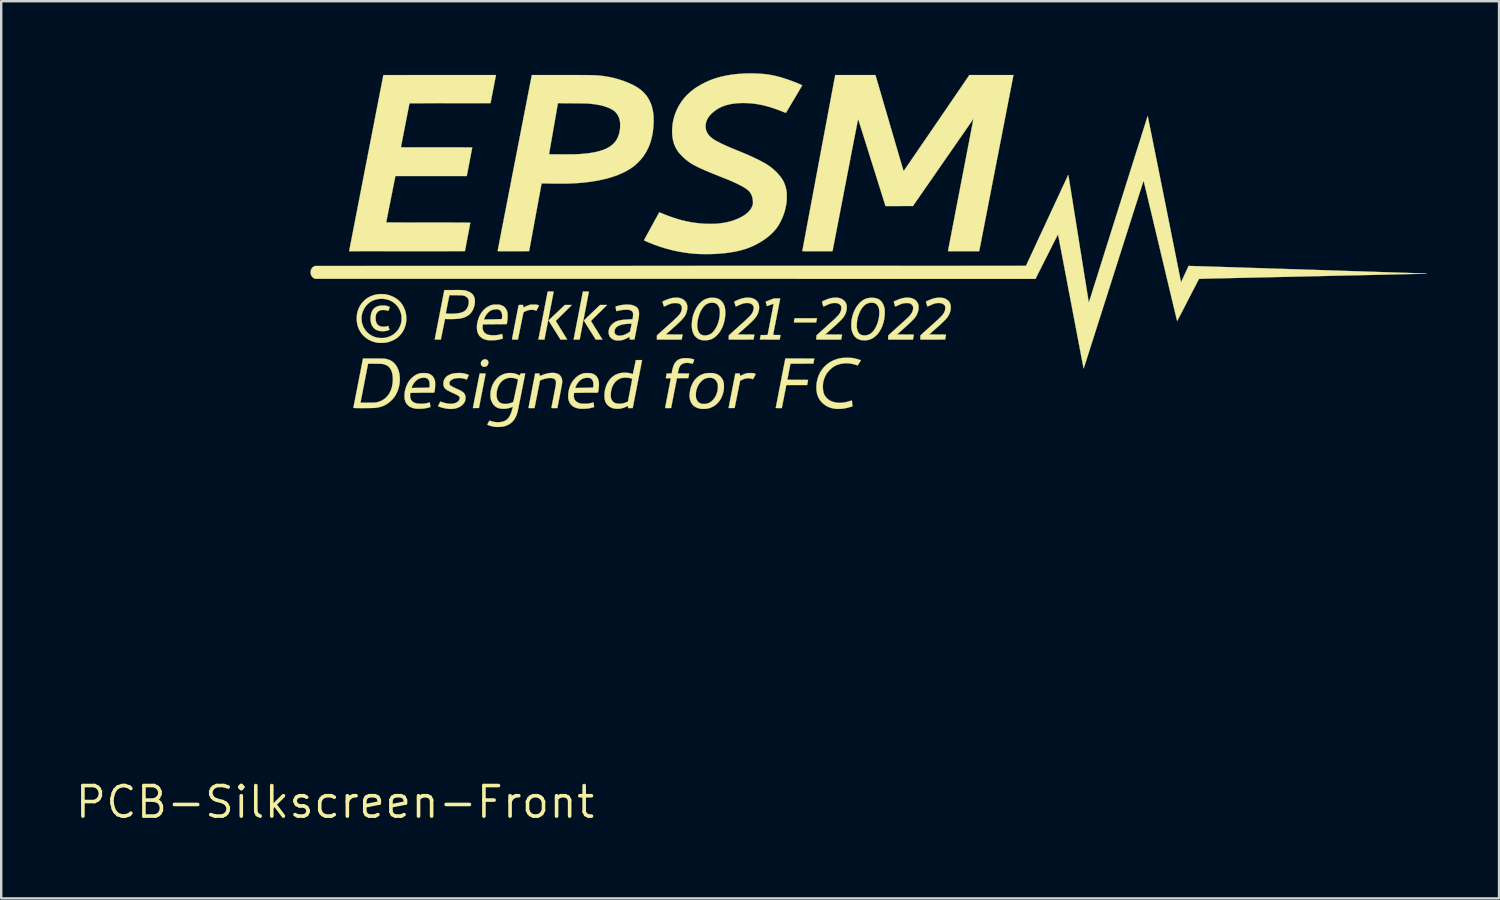
<source format=kicad_pcb>
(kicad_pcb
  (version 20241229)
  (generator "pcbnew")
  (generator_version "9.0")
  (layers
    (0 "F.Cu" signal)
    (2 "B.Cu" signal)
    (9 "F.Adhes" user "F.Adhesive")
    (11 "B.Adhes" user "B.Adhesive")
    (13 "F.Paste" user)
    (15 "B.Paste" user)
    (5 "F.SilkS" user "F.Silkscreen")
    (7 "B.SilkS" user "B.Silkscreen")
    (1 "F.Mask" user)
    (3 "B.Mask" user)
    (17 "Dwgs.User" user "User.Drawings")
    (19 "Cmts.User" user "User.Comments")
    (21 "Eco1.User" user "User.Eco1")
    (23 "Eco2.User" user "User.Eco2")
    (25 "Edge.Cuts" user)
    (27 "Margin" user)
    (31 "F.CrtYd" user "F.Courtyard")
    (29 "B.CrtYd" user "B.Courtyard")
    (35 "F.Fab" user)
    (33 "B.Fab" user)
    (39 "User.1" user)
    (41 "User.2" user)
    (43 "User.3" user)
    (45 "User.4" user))
  (footprint "PCB-Silkscreen-Front"
    (layer "F.Cu")
    (at 10.893 30.337)
    (property "Reference" "PCB-Silkscreen-Front" (at 0 0 0) (layer "F.SilkS") (effects (font (size 1.27 1.27) (thickness 0.15))))
    (attr through_hole)
    (fp_poly (pts (xy 20.057 -20.125) (xy 20.055 -20.112) (xy 20.05 -20.089) (xy 20.045 -20.061) (xy 20.04 -20.036) (xy 20.026 -19.964) (xy 19.101 -19.964) (xy 19.101 -19.979) (xy 19.103 -19.99) (xy 19.106 -20.012) (xy 19.111 -20.039) (xy 19.116 -20.066) (xy 19.13 -20.139) (xy 19.595 -20.141) (xy 20.061 -20.142) (xy 20.057 -20.125)) (stroke (width 0.01) (type solid)) (fill yes) (layer "F.SilkS"))
    (fp_poly (pts (xy 6.269 -18.433) (xy 6.307 -18.422) (xy 6.34 -18.402) (xy 6.355 -18.388) (xy 6.375 -18.355) (xy 6.385 -18.318) (xy 6.386 -18.279) (xy 6.378 -18.24) (xy 6.361 -18.202) (xy 6.336 -18.169) (xy 6.304 -18.142) (xy 6.291 -18.135) (xy 6.269 -18.127) (xy 6.24 -18.121) (xy 6.21 -18.119) (xy 6.184 -18.12) (xy 6.172 -18.122) (xy 6.132 -18.141) (xy 6.102 -18.167) (xy 6.082 -18.201) (xy 6.072 -18.243) (xy 6.071 -18.265) (xy 6.077 -18.306) (xy 6.095 -18.346) (xy 6.119 -18.377) (xy 6.152 -18.406) (xy 6.19 -18.424) (xy 6.229 -18.434) (xy 6.269 -18.433)) (stroke (width 0.01) (type solid)) (fill yes) (layer "F.SilkS"))
    (fp_poly (pts (xy 9.712 -20.694) (xy 9.858 -20.694) (xy 9.523 -20.361) (xy 9.187 -20.029) (xy 9.422 -19.649) (xy 9.461 -19.586) (xy 9.498 -19.525) (xy 9.533 -19.469) (xy 9.564 -19.418) (xy 9.592 -19.372) (xy 9.616 -19.333) (xy 9.636 -19.302) (xy 9.65 -19.279) (xy 9.659 -19.265) (xy 9.661 -19.261) (xy 9.66 -19.258) (xy 9.653 -19.256) (xy 9.638 -19.255) (xy 9.614 -19.254) (xy 9.581 -19.253) (xy 9.536 -19.253) (xy 9.526 -19.253) (xy 9.387 -19.253) (xy 8.888 -20.048) (xy 8.907 -20.066) (xy 8.914 -20.074) (xy 8.93 -20.089) (xy 8.954 -20.112) (xy 8.984 -20.141) (xy 9.021 -20.175) (xy 9.062 -20.215) (xy 9.109 -20.259) (xy 9.158 -20.306) (xy 9.211 -20.356) (xy 9.246 -20.389) (xy 9.566 -20.694) (xy 9.712 -20.694)) (stroke (width 0.01) (type solid)) (fill yes) (layer "F.SilkS"))
    (fp_poly (pts (xy 11.325 -20.694) (xy 10.989 -20.362) (xy 10.653 -20.029) (xy 10.884 -19.655) (xy 10.923 -19.593) (xy 10.96 -19.533) (xy 10.995 -19.476) (xy 11.026 -19.425) (xy 11.055 -19.379) (xy 11.079 -19.34) (xy 11.099 -19.308) (xy 11.113 -19.285) (xy 11.122 -19.271) (xy 11.124 -19.267) (xy 11.133 -19.253) (xy 10.853 -19.253) (xy 10.607 -19.645) (xy 10.567 -19.709) (xy 10.529 -19.77) (xy 10.493 -19.828) (xy 10.461 -19.88) (xy 10.432 -19.927) (xy 10.407 -19.967) (xy 10.387 -20) (xy 10.372 -20.025) (xy 10.363 -20.04) (xy 10.361 -20.046) (xy 10.365 -20.051) (xy 10.378 -20.065) (xy 10.399 -20.086) (xy 10.426 -20.113) (xy 10.46 -20.147) (xy 10.5 -20.186) (xy 10.545 -20.229) (xy 10.594 -20.276) (xy 10.646 -20.326) (xy 10.697 -20.374) (xy 11.033 -20.694) (xy 11.325 -20.694)) (stroke (width 0.01) (type solid)) (fill yes) (layer "F.SilkS"))
    (fp_poly (pts (xy 6.105 -17.843) (xy 6.143 -17.842) (xy 6.148 -17.842) (xy 6.271 -17.84) (xy 5.991 -16.405) (xy 5.866 -16.404) (xy 5.827 -16.403) (xy 5.794 -16.403) (xy 5.767 -16.403) (xy 5.748 -16.404) (xy 5.741 -16.405) (xy 5.74 -16.405) (xy 5.742 -16.412) (xy 5.745 -16.43) (xy 5.751 -16.459) (xy 5.758 -16.497) (xy 5.767 -16.544) (xy 5.778 -16.599) (xy 5.79 -16.661) (xy 5.803 -16.728) (xy 5.817 -16.8) (xy 5.832 -16.876) (xy 5.847 -16.955) (xy 5.863 -17.035) (xy 5.879 -17.117) (xy 5.895 -17.199) (xy 5.911 -17.28) (xy 5.927 -17.359) (xy 5.942 -17.436) (xy 5.956 -17.508) (xy 5.969 -17.576) (xy 5.982 -17.639) (xy 5.993 -17.694) (xy 6.002 -17.743) (xy 6.01 -17.782) (xy 6.016 -17.813) (xy 6.02 -17.833) (xy 6.022 -17.841) (xy 6.022 -17.842) (xy 6.029 -17.842) (xy 6.046 -17.843) (xy 6.073 -17.843) (xy 6.105 -17.843)) (stroke (width 0.01) (type solid)) (fill yes) (layer "F.SilkS"))
    (fp_poly (pts (xy 10.486 -21.253) (xy 10.518 -21.253) (xy 10.54 -21.252) (xy 10.554 -21.251) (xy 10.562 -21.249) (xy 10.566 -21.246) (xy 10.566 -21.243) (xy 10.565 -21.236) (xy 10.562 -21.217) (xy 10.556 -21.187) (xy 10.548 -21.146) (xy 10.539 -21.096) (xy 10.527 -21.036) (xy 10.514 -20.968) (xy 10.5 -20.892) (xy 10.484 -20.81) (xy 10.467 -20.721) (xy 10.449 -20.626) (xy 10.429 -20.526) (xy 10.409 -20.421) (xy 10.388 -20.313) (xy 10.376 -20.249) (xy 10.355 -20.139) (xy 10.334 -20.033) (xy 10.314 -19.93) (xy 10.295 -19.833) (xy 10.278 -19.74) (xy 10.261 -19.654) (xy 10.246 -19.575) (xy 10.232 -19.502) (xy 10.219 -19.438) (xy 10.209 -19.383) (xy 10.2 -19.337) (xy 10.193 -19.301) (xy 10.188 -19.276) (xy 10.186 -19.262) (xy 10.185 -19.259) (xy 10.179 -19.257) (xy 10.162 -19.255) (xy 10.134 -19.254) (xy 10.097 -19.253) (xy 10.058 -19.253) (xy 9.931 -19.253) (xy 9.935 -19.267) (xy 9.936 -19.275) (xy 9.94 -19.295) (xy 9.946 -19.325) (xy 9.954 -19.366) (xy 9.964 -19.417) (xy 9.975 -19.477) (xy 9.989 -19.545) (xy 10.003 -19.621) (xy 10.019 -19.704) (xy 10.037 -19.793) (xy 10.055 -19.887) (xy 10.074 -19.987) (xy 10.094 -20.09) (xy 10.115 -20.197) (xy 10.122 -20.234) (xy 10.143 -20.343) (xy 10.163 -20.448) (xy 10.183 -20.55) (xy 10.202 -20.647) (xy 10.22 -20.739) (xy 10.236 -20.826) (xy 10.252 -20.905) (xy 10.266 -20.978) (xy 10.278 -21.042) (xy 10.289 -21.097) (xy 10.298 -21.144) (xy 10.305 -21.18) (xy 10.31 -21.205) (xy 10.313 -21.218) (xy 10.313 -21.22) (xy 10.32 -21.253) (xy 10.443 -21.253) (xy 10.486 -21.253)) (stroke (width 0.01) (type solid)) (fill yes) (layer "F.SilkS"))
    (fp_poly (pts (xy 9.018 -21.253) (xy 9.05 -21.253) (xy 9.072 -21.252) (xy 9.086 -21.251) (xy 9.095 -21.249) (xy 9.099 -21.246) (xy 9.1 -21.242) (xy 9.1 -21.242) (xy 9.098 -21.235) (xy 9.095 -21.216) (xy 9.089 -21.186) (xy 9.082 -21.147) (xy 9.073 -21.098) (xy 9.062 -21.04) (xy 9.049 -20.975) (xy 9.036 -20.904) (xy 9.021 -20.826) (xy 9.005 -20.742) (xy 8.988 -20.655) (xy 8.97 -20.564) (xy 8.952 -20.47) (xy 8.934 -20.373) (xy 8.915 -20.276) (xy 8.896 -20.178) (xy 8.877 -20.081) (xy 8.859 -19.985) (xy 8.841 -19.89) (xy 8.823 -19.799) (xy 8.806 -19.711) (xy 8.79 -19.628) (xy 8.775 -19.549) (xy 8.761 -19.477) (xy 8.748 -19.411) (xy 8.736 -19.353) (xy 8.727 -19.306) (xy 8.717 -19.253) (xy 8.59 -19.253) (xy 8.547 -19.253) (xy 8.515 -19.254) (xy 8.493 -19.254) (xy 8.478 -19.255) (xy 8.47 -19.257) (xy 8.467 -19.26) (xy 8.467 -19.264) (xy 8.467 -19.264) (xy 8.469 -19.272) (xy 8.472 -19.29) (xy 8.478 -19.32) (xy 8.486 -19.36) (xy 8.495 -19.408) (xy 8.507 -19.466) (xy 8.519 -19.53) (xy 8.533 -19.602) (xy 8.548 -19.679) (xy 8.564 -19.762) (xy 8.581 -19.849) (xy 8.599 -19.94) (xy 8.617 -20.033) (xy 8.635 -20.128) (xy 8.654 -20.224) (xy 8.673 -20.32) (xy 8.691 -20.416) (xy 8.71 -20.511) (xy 8.727 -20.603) (xy 8.745 -20.693) (xy 8.761 -20.779) (xy 8.777 -20.86) (xy 8.792 -20.935) (xy 8.805 -21.005) (xy 8.817 -21.067) (xy 8.828 -21.122) (xy 8.836 -21.168) (xy 8.843 -21.205) (xy 8.848 -21.231) (xy 8.851 -21.246) (xy 8.852 -21.25) (xy 8.858 -21.251) (xy 8.875 -21.252) (xy 8.9 -21.253) (xy 8.933 -21.253) (xy 8.971 -21.253) (xy 8.976 -21.253) (xy 9.018 -21.253)) (stroke (width 0.01) (type solid)) (fill yes) (layer "F.SilkS"))
    (fp_poly (pts (xy 17.328 -17.859) (xy 17.361 -17.859) (xy 17.386 -17.857) (xy 17.406 -17.855) (xy 17.424 -17.852) (xy 17.441 -17.847) (xy 17.447 -17.845) (xy 17.471 -17.838) (xy 17.489 -17.831) (xy 17.5 -17.824) (xy 17.505 -17.815) (xy 17.503 -17.802) (xy 17.496 -17.783) (xy 17.482 -17.756) (xy 17.462 -17.721) (xy 17.457 -17.71) (xy 17.438 -17.678) (xy 17.422 -17.649) (xy 17.409 -17.626) (xy 17.401 -17.611) (xy 17.397 -17.605) (xy 17.397 -17.605) (xy 17.391 -17.606) (xy 17.376 -17.611) (xy 17.357 -17.618) (xy 17.296 -17.636) (xy 17.228 -17.644) (xy 17.157 -17.641) (xy 17.082 -17.629) (xy 17.006 -17.606) (xy 16.93 -17.574) (xy 16.898 -17.557) (xy 16.861 -17.537) (xy 16.747 -16.971) (xy 16.634 -16.405) (xy 16.508 -16.404) (xy 16.47 -16.403) (xy 16.436 -16.403) (xy 16.409 -16.404) (xy 16.391 -16.404) (xy 16.383 -16.405) (xy 16.383 -16.405) (xy 16.384 -16.412) (xy 16.388 -16.43) (xy 16.393 -16.458) (xy 16.4 -16.496) (xy 16.41 -16.543) (xy 16.42 -16.597) (xy 16.432 -16.658) (xy 16.445 -16.725) (xy 16.459 -16.797) (xy 16.474 -16.872) (xy 16.489 -16.951) (xy 16.504 -17.031) (xy 16.52 -17.112) (xy 16.536 -17.193) (xy 16.552 -17.273) (xy 16.567 -17.352) (xy 16.582 -17.427) (xy 16.596 -17.499) (xy 16.609 -17.565) (xy 16.621 -17.626) (xy 16.631 -17.681) (xy 16.64 -17.727) (xy 16.648 -17.765) (xy 16.653 -17.794) (xy 16.657 -17.81) (xy 16.663 -17.843) (xy 16.844 -17.843) (xy 16.855 -17.792) (xy 16.86 -17.768) (xy 16.864 -17.749) (xy 16.867 -17.739) (xy 16.868 -17.738) (xy 16.874 -17.74) (xy 16.888 -17.747) (xy 16.908 -17.758) (xy 16.919 -17.764) (xy 16.998 -17.803) (xy 17.084 -17.835) (xy 17.116 -17.845) (xy 17.136 -17.85) (xy 17.156 -17.854) (xy 17.176 -17.857) (xy 17.201 -17.858) (xy 17.233 -17.859) (xy 17.274 -17.859) (xy 17.285 -17.859) (xy 17.328 -17.859)) (stroke (width 0.01) (type solid)) (fill yes) (layer "F.SilkS"))
    (fp_poly (pts (xy 2.023 -20.671) (xy 2.058 -20.669) (xy 2.089 -20.667) (xy 2.111 -20.664) (xy 2.111 -20.664) (xy 2.138 -20.658) (xy 2.168 -20.65) (xy 2.199 -20.641) (xy 2.228 -20.632) (xy 2.252 -20.623) (xy 2.27 -20.616) (xy 2.279 -20.61) (xy 2.28 -20.609) (xy 2.278 -20.601) (xy 2.272 -20.584) (xy 2.264 -20.56) (xy 2.254 -20.532) (xy 2.244 -20.503) (xy 2.234 -20.476) (xy 2.23 -20.465) (xy 2.223 -20.449) (xy 2.171 -20.464) (xy 2.132 -20.473) (xy 2.086 -20.48) (xy 2.037 -20.484) (xy 1.988 -20.485) (xy 1.945 -20.483) (xy 1.921 -20.479) (xy 1.863 -20.463) (xy 1.813 -20.437) (xy 1.771 -20.401) (xy 1.737 -20.356) (xy 1.711 -20.3) (xy 1.704 -20.278) (xy 1.698 -20.25) (xy 1.694 -20.212) (xy 1.692 -20.169) (xy 1.692 -20.124) (xy 1.694 -20.08) (xy 1.698 -20.042) (xy 1.704 -20.015) (xy 1.724 -19.954) (xy 1.751 -19.904) (xy 1.784 -19.864) (xy 1.825 -19.833) (xy 1.874 -19.81) (xy 1.924 -19.796) (xy 1.977 -19.788) (xy 2.035 -19.788) (xy 2.093 -19.793) (xy 2.146 -19.803) (xy 2.162 -19.808) (xy 2.185 -19.815) (xy 2.203 -19.82) (xy 2.212 -19.823) (xy 2.213 -19.823) (xy 2.218 -19.813) (xy 2.225 -19.795) (xy 2.233 -19.771) (xy 2.242 -19.744) (xy 2.25 -19.717) (xy 2.258 -19.693) (xy 2.263 -19.674) (xy 2.265 -19.664) (xy 2.265 -19.663) (xy 2.257 -19.657) (xy 2.24 -19.649) (xy 2.215 -19.64) (xy 2.186 -19.631) (xy 2.155 -19.622) (xy 2.124 -19.615) (xy 2.099 -19.61) (xy 2.034 -19.602) (xy 1.97 -19.6) (xy 1.913 -19.602) (xy 1.904 -19.603) (xy 1.823 -19.617) (xy 1.751 -19.641) (xy 1.686 -19.675) (xy 1.63 -19.717) (xy 1.583 -19.769) (xy 1.544 -19.829) (xy 1.514 -19.897) (xy 1.493 -19.974) (xy 1.482 -20.058) (xy 1.48 -20.149) (xy 1.486 -20.229) (xy 1.501 -20.315) (xy 1.524 -20.392) (xy 1.556 -20.46) (xy 1.596 -20.518) (xy 1.645 -20.567) (xy 1.702 -20.606) (xy 1.768 -20.636) (xy 1.843 -20.657) (xy 1.927 -20.669) (xy 1.988 -20.671) (xy 2.023 -20.671)) (stroke (width 0.01) (type solid)) (fill yes) (layer "F.SilkS"))
    (fp_poly (pts (xy 14.254 -20.997) (xy 14.329 -20.988) (xy 14.396 -20.97) (xy 14.457 -20.944) (xy 14.514 -20.907) (xy 14.562 -20.865) (xy 14.603 -20.816) (xy 14.634 -20.76) (xy 14.655 -20.697) (xy 14.666 -20.628) (xy 14.666 -20.555) (xy 14.655 -20.478) (xy 14.647 -20.44) (xy 14.636 -20.401) (xy 14.624 -20.364) (xy 14.61 -20.329) (xy 14.594 -20.294) (xy 14.575 -20.259) (xy 14.553 -20.223) (xy 14.527 -20.187) (xy 14.496 -20.148) (xy 14.461 -20.107) (xy 14.42 -20.062) (xy 14.373 -20.014) (xy 14.319 -19.962) (xy 14.258 -19.905) (xy 14.19 -19.841) (xy 14.113 -19.772) (xy 14.027 -19.696) (xy 13.94 -19.618) (xy 13.767 -19.466) (xy 14.47 -19.463) (xy 14.452 -19.372) (xy 14.445 -19.339) (xy 14.439 -19.309) (xy 14.434 -19.285) (xy 14.431 -19.27) (xy 14.43 -19.267) (xy 14.427 -19.253) (xy 13.399 -19.253) (xy 13.399 -19.424) (xy 13.54 -19.553) (xy 13.582 -19.591) (xy 13.63 -19.635) (xy 13.683 -19.682) (xy 13.737 -19.731) (xy 13.79 -19.778) (xy 13.839 -19.822) (xy 13.85 -19.832) (xy 13.932 -19.905) (xy 14.005 -19.97) (xy 14.069 -20.029) (xy 14.126 -20.081) (xy 14.175 -20.128) (xy 14.218 -20.169) (xy 14.255 -20.206) (xy 14.286 -20.239) (xy 14.313 -20.269) (xy 14.335 -20.296) (xy 14.354 -20.321) (xy 14.369 -20.345) (xy 14.383 -20.368) (xy 14.393 -20.387) (xy 14.419 -20.451) (xy 14.434 -20.511) (xy 14.439 -20.566) (xy 14.433 -20.616) (xy 14.417 -20.66) (xy 14.39 -20.699) (xy 14.363 -20.723) (xy 14.333 -20.743) (xy 14.303 -20.757) (xy 14.268 -20.766) (xy 14.228 -20.771) (xy 14.179 -20.773) (xy 14.161 -20.773) (xy 14.119 -20.772) (xy 14.082 -20.77) (xy 14.046 -20.765) (xy 14.009 -20.757) (xy 13.97 -20.745) (xy 13.928 -20.73) (xy 13.879 -20.71) (xy 13.823 -20.685) (xy 13.77 -20.66) (xy 13.736 -20.645) (xy 13.712 -20.636) (xy 13.698 -20.631) (xy 13.69 -20.632) (xy 13.69 -20.633) (xy 13.687 -20.641) (xy 13.681 -20.66) (xy 13.673 -20.686) (xy 13.663 -20.717) (xy 13.657 -20.738) (xy 13.628 -20.835) (xy 13.671 -20.854) (xy 13.748 -20.889) (xy 13.815 -20.917) (xy 13.876 -20.941) (xy 13.931 -20.959) (xy 13.983 -20.974) (xy 14.033 -20.984) (xy 14.084 -20.991) (xy 14.137 -20.996) (xy 14.17 -20.997) (xy 14.254 -20.997)) (stroke (width 0.01) (type solid)) (fill yes) (layer "F.SilkS"))
    (fp_poly (pts (xy 19.435 -18.466) (xy 19.518 -18.466) (xy 19.596 -18.465) (xy 19.668 -18.465) (xy 19.734 -18.465) (xy 19.794 -18.464) (xy 19.845 -18.464) (xy 19.887 -18.463) (xy 19.919 -18.463) (xy 19.941 -18.462) (xy 19.951 -18.461) (xy 19.951 -18.461) (xy 19.95 -18.453) (xy 19.947 -18.436) (xy 19.942 -18.41) (xy 19.935 -18.378) (xy 19.93 -18.355) (xy 19.91 -18.253) (xy 19.432 -18.251) (xy 19.342 -18.251) (xy 19.259 -18.251) (xy 19.185 -18.25) (xy 19.121 -18.249) (xy 19.066 -18.248) (xy 19.021 -18.247) (xy 18.988 -18.246) (xy 18.966 -18.245) (xy 18.955 -18.244) (xy 18.955 -18.244) (xy 18.954 -18.237) (xy 18.95 -18.218) (xy 18.945 -18.19) (xy 18.938 -18.152) (xy 18.929 -18.107) (xy 18.919 -18.055) (xy 18.908 -17.998) (xy 18.896 -17.936) (xy 18.891 -17.91) (xy 18.879 -17.847) (xy 18.868 -17.789) (xy 18.857 -17.735) (xy 18.848 -17.687) (xy 18.84 -17.647) (xy 18.834 -17.615) (xy 18.83 -17.592) (xy 18.828 -17.581) (xy 18.828 -17.58) (xy 18.834 -17.579) (xy 18.852 -17.579) (xy 18.88 -17.578) (xy 18.918 -17.578) (xy 18.965 -17.578) (xy 19.019 -17.577) (xy 19.08 -17.577) (xy 19.146 -17.577) (xy 19.217 -17.577) (xy 19.26 -17.577) (xy 19.332 -17.577) (xy 19.401 -17.577) (xy 19.465 -17.576) (xy 19.523 -17.576) (xy 19.575 -17.576) (xy 19.618 -17.575) (xy 19.652 -17.575) (xy 19.676 -17.574) (xy 19.689 -17.573) (xy 19.691 -17.573) (xy 19.69 -17.566) (xy 19.687 -17.548) (xy 19.682 -17.523) (xy 19.676 -17.491) (xy 19.671 -17.465) (xy 19.651 -17.361) (xy 18.785 -17.361) (xy 18.743 -17.143) (xy 18.731 -17.085) (xy 18.718 -17.017) (xy 18.704 -16.943) (xy 18.689 -16.867) (xy 18.674 -16.79) (xy 18.659 -16.718) (xy 18.649 -16.664) (xy 18.598 -16.402) (xy 18.471 -16.402) (xy 18.433 -16.402) (xy 18.399 -16.403) (xy 18.372 -16.404) (xy 18.353 -16.405) (xy 18.345 -16.407) (xy 18.345 -16.407) (xy 18.346 -16.414) (xy 18.35 -16.432) (xy 18.355 -16.461) (xy 18.363 -16.501) (xy 18.372 -16.549) (xy 18.383 -16.606) (xy 18.396 -16.671) (xy 18.41 -16.742) (xy 18.425 -16.82) (xy 18.441 -16.903) (xy 18.458 -16.99) (xy 18.475 -17.082) (xy 18.493 -17.176) (xy 18.512 -17.272) (xy 18.531 -17.369) (xy 18.55 -17.467) (xy 18.569 -17.564) (xy 18.588 -17.661) (xy 18.606 -17.755) (xy 18.624 -17.847) (xy 18.641 -17.936) (xy 18.658 -18.02) (xy 18.673 -18.099) (xy 18.687 -18.172) (xy 18.7 -18.238) (xy 18.712 -18.297) (xy 18.721 -18.348) (xy 18.73 -18.389) (xy 18.736 -18.421) (xy 18.74 -18.442) (xy 18.742 -18.451) (xy 18.742 -18.452) (xy 18.745 -18.466) (xy 19.349 -18.466) (xy 19.435 -18.466)) (stroke (width 0.01) (type solid)) (fill yes) (layer "F.SilkS"))
    (fp_poly (pts (xy 8.31 -20.71) (xy 8.342 -20.709) (xy 8.366 -20.708) (xy 8.385 -20.706) (xy 8.402 -20.703) (xy 8.419 -20.698) (xy 8.437 -20.693) (xy 8.461 -20.684) (xy 8.48 -20.677) (xy 8.491 -20.671) (xy 8.493 -20.67) (xy 8.49 -20.664) (xy 8.483 -20.649) (xy 8.472 -20.626) (xy 8.458 -20.6) (xy 8.443 -20.57) (xy 8.427 -20.54) (xy 8.411 -20.511) (xy 8.398 -20.486) (xy 8.387 -20.467) (xy 8.38 -20.456) (xy 8.379 -20.455) (xy 8.373 -20.457) (xy 8.359 -20.461) (xy 8.338 -20.469) (xy 8.335 -20.47) (xy 8.275 -20.486) (xy 8.209 -20.493) (xy 8.14 -20.491) (xy 8.071 -20.481) (xy 8.026 -20.469) (xy 8 -20.46) (xy 7.969 -20.448) (xy 7.936 -20.434) (xy 7.904 -20.419) (xy 7.876 -20.406) (xy 7.855 -20.395) (xy 7.85 -20.391) (xy 7.848 -20.384) (xy 7.843 -20.366) (xy 7.836 -20.337) (xy 7.828 -20.298) (xy 7.817 -20.249) (xy 7.805 -20.193) (xy 7.792 -20.129) (xy 7.777 -20.059) (xy 7.762 -19.983) (xy 7.745 -19.902) (xy 7.731 -19.834) (xy 7.715 -19.752) (xy 7.699 -19.673) (xy 7.684 -19.599) (xy 7.67 -19.529) (xy 7.657 -19.466) (xy 7.646 -19.41) (xy 7.636 -19.362) (xy 7.628 -19.323) (xy 7.622 -19.293) (xy 7.618 -19.275) (xy 7.617 -19.267) (xy 7.615 -19.263) (xy 7.612 -19.259) (xy 7.606 -19.256) (xy 7.596 -19.255) (xy 7.578 -19.254) (xy 7.552 -19.253) (xy 7.517 -19.253) (xy 7.49 -19.253) (xy 7.442 -19.253) (xy 7.406 -19.254) (xy 7.381 -19.256) (xy 7.369 -19.258) (xy 7.366 -19.26) (xy 7.367 -19.267) (xy 7.371 -19.285) (xy 7.376 -19.314) (xy 7.383 -19.353) (xy 7.393 -19.4) (xy 7.403 -19.455) (xy 7.415 -19.516) (xy 7.428 -19.583) (xy 7.442 -19.655) (xy 7.457 -19.731) (xy 7.472 -19.81) (xy 7.488 -19.89) (xy 7.503 -19.972) (xy 7.519 -20.053) (xy 7.535 -20.134) (xy 7.55 -20.212) (xy 7.565 -20.288) (xy 7.579 -20.36) (xy 7.592 -20.427) (xy 7.604 -20.488) (xy 7.615 -20.543) (xy 7.624 -20.59) (xy 7.632 -20.628) (xy 7.637 -20.656) (xy 7.641 -20.674) (xy 7.642 -20.68) (xy 7.644 -20.686) (xy 7.648 -20.69) (xy 7.655 -20.692) (xy 7.669 -20.694) (xy 7.69 -20.694) (xy 7.722 -20.695) (xy 7.734 -20.695) (xy 7.823 -20.695) (xy 7.829 -20.671) (xy 7.834 -20.648) (xy 7.839 -20.625) (xy 7.839 -20.624) (xy 7.843 -20.606) (xy 7.848 -20.596) (xy 7.857 -20.593) (xy 7.871 -20.598) (xy 7.893 -20.609) (xy 7.903 -20.615) (xy 7.981 -20.653) (xy 8.065 -20.685) (xy 8.101 -20.696) (xy 8.121 -20.701) (xy 8.141 -20.705) (xy 8.163 -20.707) (xy 8.19 -20.709) (xy 8.225 -20.71) (xy 8.268 -20.71) (xy 8.31 -20.71)) (stroke (width 0.01) (type solid)) (fill yes) (layer "F.SilkS"))
    (fp_poly (pts (xy 15.765 -20.991) (xy 15.817 -20.987) (xy 15.862 -20.98) (xy 15.888 -20.974) (xy 15.96 -20.947) (xy 16.025 -20.91) (xy 16.082 -20.863) (xy 16.131 -20.806) (xy 16.171 -20.741) (xy 16.204 -20.667) (xy 16.227 -20.585) (xy 16.242 -20.495) (xy 16.248 -20.397) (xy 16.248 -20.33) (xy 16.237 -20.199) (xy 16.217 -20.073) (xy 16.188 -19.951) (xy 16.15 -19.836) (xy 16.103 -19.727) (xy 16.048 -19.626) (xy 15.986 -19.533) (xy 15.915 -19.45) (xy 15.884 -19.418) (xy 15.815 -19.358) (xy 15.745 -19.31) (xy 15.671 -19.273) (xy 15.593 -19.246) (xy 15.526 -19.232) (xy 15.489 -19.227) (xy 15.445 -19.224) (xy 15.399 -19.222) (xy 15.353 -19.223) (xy 15.312 -19.225) (xy 15.282 -19.228) (xy 15.207 -19.246) (xy 15.14 -19.272) (xy 15.079 -19.308) (xy 15.023 -19.355) (xy 15.017 -19.361) (xy 14.991 -19.388) (xy 14.971 -19.411) (xy 14.956 -19.434) (xy 14.94 -19.461) (xy 14.93 -19.482) (xy 14.903 -19.542) (xy 14.882 -19.601) (xy 14.867 -19.662) (xy 14.857 -19.727) (xy 14.852 -19.799) (xy 14.852 -19.815) (xy 15.077 -19.815) (xy 15.083 -19.745) (xy 15.096 -19.679) (xy 15.115 -19.618) (xy 15.14 -19.564) (xy 15.171 -19.519) (xy 15.206 -19.483) (xy 15.229 -19.467) (xy 15.259 -19.453) (xy 15.293 -19.44) (xy 15.326 -19.431) (xy 15.335 -19.429) (xy 15.367 -19.426) (xy 15.407 -19.426) (xy 15.448 -19.428) (xy 15.485 -19.433) (xy 15.493 -19.435) (xy 15.56 -19.454) (xy 15.622 -19.482) (xy 15.679 -19.519) (xy 15.732 -19.568) (xy 15.783 -19.628) (xy 15.813 -19.67) (xy 15.872 -19.769) (xy 15.922 -19.876) (xy 15.962 -19.992) (xy 15.992 -20.116) (xy 16.012 -20.237) (xy 16.017 -20.293) (xy 16.02 -20.351) (xy 16.019 -20.408) (xy 16.016 -20.461) (xy 16.011 -20.508) (xy 16.005 -20.536) (xy 15.985 -20.594) (xy 15.959 -20.648) (xy 15.927 -20.694) (xy 15.89 -20.731) (xy 15.85 -20.758) (xy 15.85 -20.758) (xy 15.798 -20.778) (xy 15.74 -20.788) (xy 15.678 -20.79) (xy 15.614 -20.782) (xy 15.552 -20.767) (xy 15.493 -20.743) (xy 15.453 -20.72) (xy 15.395 -20.675) (xy 15.341 -20.619) (xy 15.29 -20.552) (xy 15.243 -20.477) (xy 15.201 -20.393) (xy 15.164 -20.302) (xy 15.133 -20.205) (xy 15.108 -20.104) (xy 15.089 -19.999) (xy 15.078 -19.891) (xy 15.078 -19.888) (xy 15.077 -19.815) (xy 14.852 -19.815) (xy 14.851 -19.872) (xy 14.858 -20.002) (xy 14.875 -20.129) (xy 14.904 -20.253) (xy 14.944 -20.372) (xy 14.994 -20.486) (xy 15.054 -20.594) (xy 15.124 -20.694) (xy 15.153 -20.731) (xy 15.221 -20.803) (xy 15.294 -20.864) (xy 15.371 -20.913) (xy 15.453 -20.95) (xy 15.541 -20.977) (xy 15.558 -20.981) (xy 15.603 -20.988) (xy 15.655 -20.992) (xy 15.71 -20.993) (xy 15.765 -20.991)) (stroke (width 0.01) (type solid)) (fill yes) (layer "F.SilkS"))
    (fp_poly (pts (xy 22.434 -20.989) (xy 22.513 -20.976) (xy 22.584 -20.954) (xy 22.646 -20.922) (xy 22.702 -20.881) (xy 22.75 -20.829) (xy 22.793 -20.768) (xy 22.822 -20.712) (xy 22.845 -20.655) (xy 22.863 -20.598) (xy 22.875 -20.536) (xy 22.882 -20.468) (xy 22.884 -20.393) (xy 22.884 -20.336) (xy 22.875 -20.214) (xy 22.858 -20.096) (xy 22.833 -19.982) (xy 22.8 -19.872) (xy 22.76 -19.768) (xy 22.712 -19.671) (xy 22.658 -19.581) (xy 22.598 -19.499) (xy 22.532 -19.427) (xy 22.461 -19.365) (xy 22.385 -19.313) (xy 22.366 -19.303) (xy 22.283 -19.264) (xy 22.197 -19.238) (xy 22.163 -19.231) (xy 22.125 -19.226) (xy 22.079 -19.223) (xy 22.029 -19.223) (xy 21.98 -19.224) (xy 21.935 -19.227) (xy 21.907 -19.231) (xy 21.829 -19.251) (xy 21.759 -19.281) (xy 21.697 -19.321) (xy 21.643 -19.37) (xy 21.596 -19.43) (xy 21.557 -19.5) (xy 21.526 -19.579) (xy 21.515 -19.618) (xy 21.503 -19.669) (xy 21.495 -19.72) (xy 21.491 -19.776) (xy 21.489 -19.822) (xy 21.717 -19.822) (xy 21.718 -19.769) (xy 21.723 -19.725) (xy 21.724 -19.72) (xy 21.737 -19.664) (xy 21.755 -19.611) (xy 21.777 -19.563) (xy 21.803 -19.523) (xy 21.83 -19.493) (xy 21.831 -19.492) (xy 21.876 -19.462) (xy 21.929 -19.441) (xy 21.989 -19.429) (xy 22.052 -19.426) (xy 22.118 -19.432) (xy 22.125 -19.434) (xy 22.197 -19.454) (xy 22.265 -19.485) (xy 22.327 -19.528) (xy 22.382 -19.58) (xy 22.385 -19.584) (xy 22.444 -19.659) (xy 22.496 -19.744) (xy 22.542 -19.837) (xy 22.581 -19.936) (xy 22.613 -20.04) (xy 22.636 -20.147) (xy 22.651 -20.255) (xy 22.656 -20.362) (xy 22.655 -20.404) (xy 22.653 -20.456) (xy 22.648 -20.498) (xy 22.642 -20.534) (xy 22.633 -20.567) (xy 22.62 -20.6) (xy 22.612 -20.618) (xy 22.582 -20.672) (xy 22.546 -20.716) (xy 22.504 -20.749) (xy 22.455 -20.772) (xy 22.398 -20.786) (xy 22.334 -20.79) (xy 22.266 -20.785) (xy 22.202 -20.77) (xy 22.137 -20.745) (xy 22.13 -20.741) (xy 22.1 -20.726) (xy 22.075 -20.71) (xy 22.051 -20.691) (xy 22.025 -20.667) (xy 22.015 -20.657) (xy 21.954 -20.588) (xy 21.899 -20.508) (xy 21.85 -20.418) (xy 21.807 -20.318) (xy 21.77 -20.209) (xy 21.746 -20.117) (xy 21.736 -20.063) (xy 21.728 -20.004) (xy 21.722 -19.942) (xy 21.718 -19.88) (xy 21.717 -19.822) (xy 21.489 -19.822) (xy 21.489 -19.838) (xy 21.488 -19.86) (xy 21.493 -19.982) (xy 21.508 -20.099) (xy 21.533 -20.215) (xy 21.559 -20.306) (xy 21.604 -20.425) (xy 21.656 -20.535) (xy 21.718 -20.635) (xy 21.788 -20.726) (xy 21.851 -20.794) (xy 21.921 -20.855) (xy 21.992 -20.904) (xy 22.066 -20.942) (xy 22.144 -20.969) (xy 22.228 -20.986) (xy 22.319 -20.993) (xy 22.347 -20.993) (xy 22.434 -20.989)) (stroke (width 0.01) (type solid)) (fill yes) (layer "F.SilkS"))
    (fp_poly (pts (xy 18.441 -20.967) (xy 18.475 -20.967) (xy 18.502 -20.966) (xy 18.521 -20.964) (xy 18.529 -20.962) (xy 18.529 -20.962) (xy 18.528 -20.955) (xy 18.525 -20.937) (xy 18.519 -20.907) (xy 18.511 -20.868) (xy 18.502 -20.819) (xy 18.491 -20.761) (xy 18.478 -20.696) (xy 18.464 -20.623) (xy 18.449 -20.544) (xy 18.433 -20.46) (xy 18.415 -20.37) (xy 18.397 -20.277) (xy 18.383 -20.206) (xy 18.365 -20.111) (xy 18.347 -20.018) (xy 18.33 -19.93) (xy 18.313 -19.847) (xy 18.298 -19.77) (xy 18.285 -19.699) (xy 18.273 -19.635) (xy 18.262 -19.58) (xy 18.253 -19.533) (xy 18.246 -19.496) (xy 18.241 -19.469) (xy 18.238 -19.454) (xy 18.237 -19.45) (xy 18.243 -19.448) (xy 18.261 -19.446) (xy 18.29 -19.445) (xy 18.328 -19.444) (xy 18.375 -19.444) (xy 18.39 -19.444) (xy 18.438 -19.444) (xy 18.474 -19.443) (xy 18.501 -19.443) (xy 18.52 -19.442) (xy 18.532 -19.44) (xy 18.539 -19.438) (xy 18.541 -19.436) (xy 18.542 -19.433) (xy 18.541 -19.422) (xy 18.538 -19.403) (xy 18.533 -19.376) (xy 18.527 -19.344) (xy 18.525 -19.337) (xy 18.508 -19.253) (xy 18.097 -19.253) (xy 18.011 -19.253) (xy 17.937 -19.253) (xy 17.875 -19.254) (xy 17.823 -19.254) (xy 17.78 -19.255) (xy 17.747 -19.255) (xy 17.721 -19.256) (xy 17.703 -19.257) (xy 17.692 -19.259) (xy 17.686 -19.26) (xy 17.685 -19.261) (xy 17.686 -19.27) (xy 17.69 -19.289) (xy 17.695 -19.315) (xy 17.701 -19.346) (xy 17.703 -19.355) (xy 17.72 -19.441) (xy 17.864 -19.442) (xy 17.906 -19.443) (xy 17.942 -19.444) (xy 17.973 -19.445) (xy 17.995 -19.446) (xy 18.007 -19.448) (xy 18.009 -19.449) (xy 18.01 -19.455) (xy 18.013 -19.474) (xy 18.019 -19.503) (xy 18.026 -19.542) (xy 18.035 -19.59) (xy 18.046 -19.647) (xy 18.059 -19.711) (xy 18.072 -19.782) (xy 18.087 -19.859) (xy 18.103 -19.94) (xy 18.12 -20.026) (xy 18.133 -20.096) (xy 18.15 -20.185) (xy 18.167 -20.27) (xy 18.182 -20.35) (xy 18.197 -20.426) (xy 18.21 -20.495) (xy 18.222 -20.557) (xy 18.232 -20.612) (xy 18.241 -20.658) (xy 18.247 -20.695) (xy 18.252 -20.722) (xy 18.255 -20.738) (xy 18.255 -20.742) (xy 18.249 -20.741) (xy 18.232 -20.736) (xy 18.207 -20.727) (xy 18.175 -20.716) (xy 18.138 -20.703) (xy 18.117 -20.695) (xy 18.078 -20.68) (xy 18.043 -20.668) (xy 18.014 -20.658) (xy 17.992 -20.651) (xy 17.98 -20.647) (xy 17.978 -20.647) (xy 17.975 -20.654) (xy 17.97 -20.67) (xy 17.964 -20.693) (xy 17.956 -20.72) (xy 17.948 -20.749) (xy 17.941 -20.777) (xy 17.934 -20.802) (xy 17.93 -20.821) (xy 17.928 -20.83) (xy 17.928 -20.831) (xy 17.934 -20.834) (xy 17.95 -20.84) (xy 17.976 -20.85) (xy 18.008 -20.863) (xy 18.047 -20.878) (xy 18.09 -20.895) (xy 18.103 -20.9) (xy 18.277 -20.968) (xy 18.403 -20.968) (xy 18.441 -20.967)) (stroke (width 0.01) (type solid)) (fill yes) (layer "F.SilkS"))
    (fp_poly (pts (xy 23.896 -20.997) (xy 23.967 -20.986) (xy 24.03 -20.967) (xy 24.034 -20.966) (xy 24.102 -20.933) (xy 24.161 -20.892) (xy 24.209 -20.844) (xy 24.247 -20.789) (xy 24.274 -20.728) (xy 24.28 -20.707) (xy 24.286 -20.676) (xy 24.289 -20.637) (xy 24.291 -20.593) (xy 24.291 -20.549) (xy 24.288 -20.509) (xy 24.283 -20.476) (xy 24.283 -20.476) (xy 24.258 -20.39) (xy 24.223 -20.305) (xy 24.18 -20.224) (xy 24.155 -20.187) (xy 24.136 -20.162) (xy 24.108 -20.129) (xy 24.071 -20.091) (xy 24.028 -20.046) (xy 23.978 -19.996) (xy 23.922 -19.942) (xy 23.861 -19.885) (xy 23.797 -19.825) (xy 23.729 -19.763) (xy 23.659 -19.7) (xy 23.62 -19.666) (xy 23.393 -19.466) (xy 23.743 -19.464) (xy 23.818 -19.464) (xy 23.882 -19.464) (xy 23.935 -19.463) (xy 23.978 -19.463) (xy 24.013 -19.462) (xy 24.039 -19.461) (xy 24.059 -19.46) (xy 24.073 -19.459) (xy 24.083 -19.458) (xy 24.088 -19.456) (xy 24.091 -19.454) (xy 24.092 -19.452) (xy 24.092 -19.451) (xy 24.091 -19.441) (xy 24.087 -19.422) (xy 24.083 -19.396) (xy 24.077 -19.366) (xy 24.071 -19.334) (xy 24.065 -19.305) (xy 24.06 -19.28) (xy 24.057 -19.267) (xy 24.054 -19.253) (xy 23.025 -19.253) (xy 23.025 -19.423) (xy 23.097 -19.489) (xy 23.13 -19.52) (xy 23.172 -19.558) (xy 23.22 -19.602) (xy 23.274 -19.65) (xy 23.332 -19.702) (xy 23.392 -19.757) (xy 23.454 -19.812) (xy 23.516 -19.868) (xy 23.533 -19.883) (xy 23.585 -19.929) (xy 23.637 -19.976) (xy 23.689 -20.024) (xy 23.739 -20.07) (xy 23.785 -20.114) (xy 23.828 -20.154) (xy 23.864 -20.189) (xy 23.894 -20.219) (xy 23.915 -20.241) (xy 23.915 -20.241) (xy 23.967 -20.303) (xy 24.006 -20.362) (xy 24.028 -20.408) (xy 24.051 -20.475) (xy 24.063 -20.535) (xy 24.064 -20.589) (xy 24.055 -20.637) (xy 24.034 -20.678) (xy 24.003 -20.713) (xy 23.961 -20.741) (xy 23.92 -20.759) (xy 23.902 -20.765) (xy 23.883 -20.769) (xy 23.863 -20.772) (xy 23.836 -20.773) (xy 23.801 -20.773) (xy 23.79 -20.773) (xy 23.746 -20.772) (xy 23.707 -20.77) (xy 23.669 -20.764) (xy 23.631 -20.756) (xy 23.591 -20.744) (xy 23.547 -20.728) (xy 23.497 -20.707) (xy 23.439 -20.68) (xy 23.411 -20.667) (xy 23.382 -20.654) (xy 23.357 -20.642) (xy 23.338 -20.634) (xy 23.327 -20.63) (xy 23.326 -20.63) (xy 23.322 -20.632) (xy 23.316 -20.639) (xy 23.31 -20.654) (xy 23.302 -20.677) (xy 23.291 -20.711) (xy 23.286 -20.73) (xy 23.276 -20.764) (xy 23.268 -20.793) (xy 23.262 -20.816) (xy 23.259 -20.831) (xy 23.259 -20.835) (xy 23.267 -20.84) (xy 23.285 -20.849) (xy 23.31 -20.861) (xy 23.34 -20.874) (xy 23.373 -20.889) (xy 23.407 -20.903) (xy 23.439 -20.917) (xy 23.467 -20.928) (xy 23.479 -20.933) (xy 23.566 -20.961) (xy 23.652 -20.982) (xy 23.737 -20.995) (xy 23.819 -21) (xy 23.896 -20.997)) (stroke (width 0.01) (type solid)) (fill yes) (layer "F.SilkS"))
    (fp_poly (pts (xy 9.087 -17.867) (xy 9.161 -17.859) (xy 9.226 -17.844) (xy 9.283 -17.822) (xy 9.331 -17.792) (xy 9.363 -17.764) (xy 9.402 -17.716) (xy 9.43 -17.661) (xy 9.449 -17.599) (xy 9.457 -17.529) (xy 9.454 -17.453) (xy 9.454 -17.447) (xy 9.452 -17.43) (xy 9.447 -17.402) (xy 9.44 -17.362) (xy 9.431 -17.311) (xy 9.419 -17.249) (xy 9.405 -17.175) (xy 9.389 -17.089) (xy 9.37 -16.991) (xy 9.349 -16.881) (xy 9.326 -16.759) (xy 9.3 -16.625) (xy 9.271 -16.478) (xy 9.264 -16.439) (xy 9.257 -16.402) (xy 9.13 -16.402) (xy 9.087 -16.402) (xy 9.055 -16.402) (xy 9.032 -16.403) (xy 9.018 -16.404) (xy 9.01 -16.406) (xy 9.007 -16.409) (xy 9.007 -16.412) (xy 9.007 -16.413) (xy 9.009 -16.421) (xy 9.012 -16.44) (xy 9.019 -16.47) (xy 9.026 -16.51) (xy 9.036 -16.558) (xy 9.047 -16.613) (xy 9.059 -16.675) (xy 9.072 -16.742) (xy 9.087 -16.815) (xy 9.102 -16.89) (xy 9.103 -16.901) (xy 9.121 -16.99) (xy 9.136 -17.068) (xy 9.149 -17.136) (xy 9.16 -17.194) (xy 9.17 -17.244) (xy 9.177 -17.285) (xy 9.183 -17.32) (xy 9.188 -17.349) (xy 9.192 -17.373) (xy 9.194 -17.394) (xy 9.196 -17.411) (xy 9.197 -17.426) (xy 9.197 -17.441) (xy 9.197 -17.447) (xy 9.196 -17.491) (xy 9.192 -17.526) (xy 9.183 -17.554) (xy 9.17 -17.577) (xy 9.15 -17.599) (xy 9.146 -17.602) (xy 9.11 -17.626) (xy 9.065 -17.642) (xy 9.011 -17.652) (xy 8.949 -17.655) (xy 8.882 -17.65) (xy 8.809 -17.639) (xy 8.731 -17.621) (xy 8.665 -17.601) (xy 8.633 -17.59) (xy 8.602 -17.579) (xy 8.576 -17.569) (xy 8.56 -17.562) (xy 8.531 -17.548) (xy 8.418 -16.975) (xy 8.304 -16.402) (xy 8.178 -16.402) (xy 8.134 -16.402) (xy 8.102 -16.402) (xy 8.08 -16.403) (xy 8.066 -16.404) (xy 8.057 -16.406) (xy 8.054 -16.409) (xy 8.054 -16.412) (xy 8.054 -16.413) (xy 8.056 -16.421) (xy 8.06 -16.44) (xy 8.066 -16.47) (xy 8.074 -16.51) (xy 8.083 -16.56) (xy 8.094 -16.618) (xy 8.107 -16.683) (xy 8.121 -16.755) (xy 8.136 -16.834) (xy 8.152 -16.917) (xy 8.169 -17.005) (xy 8.187 -17.097) (xy 8.191 -17.12) (xy 8.209 -17.212) (xy 8.226 -17.301) (xy 8.242 -17.386) (xy 8.258 -17.466) (xy 8.272 -17.54) (xy 8.285 -17.607) (xy 8.297 -17.667) (xy 8.307 -17.719) (xy 8.315 -17.762) (xy 8.321 -17.795) (xy 8.326 -17.817) (xy 8.328 -17.828) (xy 8.328 -17.829) (xy 8.33 -17.835) (xy 8.334 -17.839) (xy 8.341 -17.841) (xy 8.355 -17.843) (xy 8.377 -17.843) (xy 8.409 -17.843) (xy 8.417 -17.843) (xy 8.502 -17.843) (xy 8.508 -17.82) (xy 8.514 -17.797) (xy 8.518 -17.774) (xy 8.519 -17.773) (xy 8.522 -17.757) (xy 8.526 -17.746) (xy 8.534 -17.742) (xy 8.547 -17.744) (xy 8.568 -17.751) (xy 8.597 -17.764) (xy 8.707 -17.807) (xy 8.815 -17.838) (xy 8.92 -17.859) (xy 9.021 -17.867) (xy 9.087 -17.867)) (stroke (width 0.01) (type solid)) (fill yes) (layer "F.SilkS"))
    (fp_poly (pts (xy 15.702 -17.859) (xy 15.752 -17.854) (xy 15.798 -17.845) (xy 15.845 -17.832) (xy 15.867 -17.825) (xy 15.937 -17.794) (xy 16 -17.753) (xy 16.055 -17.703) (xy 16.103 -17.644) (xy 16.141 -17.576) (xy 16.17 -17.501) (xy 16.175 -17.485) (xy 16.181 -17.451) (xy 16.186 -17.408) (xy 16.189 -17.359) (xy 16.19 -17.305) (xy 16.189 -17.251) (xy 16.186 -17.2) (xy 16.181 -17.153) (xy 16.177 -17.129) (xy 16.152 -17.018) (xy 16.117 -16.913) (xy 16.073 -16.817) (xy 16.021 -16.728) (xy 15.961 -16.648) (xy 15.893 -16.577) (xy 15.818 -16.516) (xy 15.737 -16.464) (xy 15.649 -16.423) (xy 15.555 -16.392) (xy 15.503 -16.381) (xy 15.46 -16.375) (xy 15.409 -16.37) (xy 15.356 -16.368) (xy 15.303 -16.367) (xy 15.258 -16.369) (xy 15.248 -16.37) (xy 15.166 -16.384) (xy 15.089 -16.406) (xy 15.019 -16.438) (xy 14.957 -16.476) (xy 14.903 -16.523) (xy 14.878 -16.551) (xy 14.834 -16.615) (xy 14.8 -16.686) (xy 14.776 -16.762) (xy 14.763 -16.846) (xy 14.759 -16.936) (xy 14.761 -16.954) (xy 15.021 -16.954) (xy 15.021 -16.914) (xy 15.022 -16.883) (xy 15.024 -16.859) (xy 15.026 -16.839) (xy 15.03 -16.821) (xy 15.036 -16.802) (xy 15.061 -16.739) (xy 15.094 -16.686) (xy 15.134 -16.643) (xy 15.182 -16.61) (xy 15.238 -16.587) (xy 15.255 -16.583) (xy 15.284 -16.578) (xy 15.322 -16.575) (xy 15.363 -16.574) (xy 15.405 -16.576) (xy 15.442 -16.579) (xy 15.463 -16.583) (xy 15.529 -16.601) (xy 15.589 -16.628) (xy 15.646 -16.664) (xy 15.702 -16.712) (xy 15.71 -16.72) (xy 15.769 -16.784) (xy 15.819 -16.856) (xy 15.861 -16.936) (xy 15.895 -17.025) (xy 15.921 -17.116) (xy 15.927 -17.142) (xy 15.931 -17.168) (xy 15.933 -17.196) (xy 15.934 -17.23) (xy 15.935 -17.273) (xy 15.935 -17.278) (xy 15.935 -17.318) (xy 15.934 -17.348) (xy 15.933 -17.371) (xy 15.93 -17.39) (xy 15.926 -17.408) (xy 15.92 -17.427) (xy 15.918 -17.434) (xy 15.895 -17.487) (xy 15.865 -17.537) (xy 15.83 -17.58) (xy 15.791 -17.614) (xy 15.759 -17.633) (xy 15.705 -17.653) (xy 15.645 -17.663) (xy 15.581 -17.665) (xy 15.516 -17.659) (xy 15.452 -17.644) (xy 15.418 -17.632) (xy 15.372 -17.611) (xy 15.33 -17.586) (xy 15.289 -17.554) (xy 15.251 -17.52) (xy 15.188 -17.451) (xy 15.134 -17.374) (xy 15.09 -17.288) (xy 15.055 -17.193) (xy 15.038 -17.13) (xy 15.032 -17.1) (xy 15.027 -17.074) (xy 15.024 -17.048) (xy 15.022 -17.018) (xy 15.021 -16.982) (xy 15.021 -16.954) (xy 14.761 -16.954) (xy 14.766 -17.034) (xy 14.782 -17.139) (xy 14.784 -17.145) (xy 14.81 -17.253) (xy 14.846 -17.354) (xy 14.891 -17.447) (xy 14.944 -17.532) (xy 15.004 -17.609) (xy 15.072 -17.676) (xy 15.147 -17.734) (xy 15.228 -17.781) (xy 15.316 -17.818) (xy 15.323 -17.82) (xy 15.366 -17.834) (xy 15.405 -17.844) (xy 15.445 -17.851) (xy 15.489 -17.856) (xy 15.539 -17.859) (xy 15.58 -17.861) (xy 15.645 -17.861) (xy 15.702 -17.859)) (stroke (width 0.01) (type solid)) (fill yes) (layer "F.SilkS"))
    (fp_poly (pts (xy 20.906 -20.997) (xy 20.94 -20.993) (xy 21.013 -20.976) (xy 21.08 -20.95) (xy 21.14 -20.915) (xy 21.192 -20.873) (xy 21.235 -20.824) (xy 21.268 -20.769) (xy 21.291 -20.709) (xy 21.295 -20.691) (xy 21.303 -20.622) (xy 21.302 -20.548) (xy 21.291 -20.471) (xy 21.271 -20.393) (xy 21.241 -20.316) (xy 21.228 -20.288) (xy 21.214 -20.261) (xy 21.198 -20.235) (xy 21.181 -20.208) (xy 21.162 -20.181) (xy 21.14 -20.153) (xy 21.114 -20.122) (xy 21.085 -20.089) (xy 21.05 -20.053) (xy 21.011 -20.014) (xy 20.966 -19.971) (xy 20.915 -19.923) (xy 20.857 -19.869) (xy 20.792 -19.81) (xy 20.719 -19.745) (xy 20.638 -19.672) (xy 20.548 -19.592) (xy 20.516 -19.564) (xy 20.404 -19.466) (xy 20.757 -19.464) (xy 20.832 -19.464) (xy 20.897 -19.464) (xy 20.95 -19.463) (xy 20.994 -19.463) (xy 21.028 -19.462) (xy 21.055 -19.461) (xy 21.075 -19.46) (xy 21.089 -19.459) (xy 21.099 -19.458) (xy 21.104 -19.456) (xy 21.106 -19.454) (xy 21.106 -19.452) (xy 21.106 -19.452) (xy 21.104 -19.442) (xy 21.1 -19.422) (xy 21.094 -19.394) (xy 21.088 -19.362) (xy 21.085 -19.347) (xy 21.067 -19.253) (xy 20.032 -19.253) (xy 20.037 -19.341) (xy 20.041 -19.428) (xy 20.072 -19.456) (xy 20.084 -19.467) (xy 20.104 -19.486) (xy 20.132 -19.511) (xy 20.166 -19.541) (xy 20.204 -19.576) (xy 20.246 -19.614) (xy 20.291 -19.654) (xy 20.337 -19.696) (xy 20.383 -19.737) (xy 20.429 -19.778) (xy 20.472 -19.818) (xy 20.512 -19.854) (xy 20.548 -19.886) (xy 20.579 -19.914) (xy 20.597 -19.93) (xy 20.671 -19.997) (xy 20.735 -20.055) (xy 20.791 -20.107) (xy 20.839 -20.153) (xy 20.88 -20.194) (xy 20.915 -20.229) (xy 20.943 -20.26) (xy 20.967 -20.288) (xy 20.986 -20.312) (xy 20.993 -20.322) (xy 21.025 -20.376) (xy 21.05 -20.435) (xy 21.067 -20.493) (xy 21.075 -20.549) (xy 21.076 -20.566) (xy 21.072 -20.612) (xy 21.06 -20.651) (xy 21.04 -20.685) (xy 21.024 -20.703) (xy 20.984 -20.734) (xy 20.938 -20.757) (xy 20.884 -20.771) (xy 20.821 -20.776) (xy 20.768 -20.775) (xy 20.728 -20.771) (xy 20.691 -20.766) (xy 20.656 -20.759) (xy 20.619 -20.749) (xy 20.579 -20.735) (xy 20.533 -20.717) (xy 20.481 -20.694) (xy 20.432 -20.671) (xy 20.399 -20.656) (xy 20.371 -20.643) (xy 20.348 -20.634) (xy 20.334 -20.628) (xy 20.329 -20.626) (xy 20.327 -20.633) (xy 20.321 -20.649) (xy 20.314 -20.673) (xy 20.306 -20.701) (xy 20.297 -20.731) (xy 20.288 -20.761) (xy 20.28 -20.789) (xy 20.274 -20.811) (xy 20.27 -20.825) (xy 20.269 -20.829) (xy 20.275 -20.835) (xy 20.29 -20.844) (xy 20.314 -20.856) (xy 20.345 -20.871) (xy 20.38 -20.886) (xy 20.417 -20.903) (xy 20.456 -20.919) (xy 20.494 -20.934) (xy 20.498 -20.935) (xy 20.536 -20.948) (xy 20.577 -20.961) (xy 20.616 -20.972) (xy 20.649 -20.98) (xy 20.65 -20.98) (xy 20.698 -20.988) (xy 20.751 -20.994) (xy 20.805 -20.998) (xy 20.858 -20.999) (xy 20.906 -20.997)) (stroke (width 0.01) (type solid)) (fill yes) (layer "F.SilkS"))
    (fp_poly (pts (xy 2.019 -21.145) (xy 2.093 -21.138) (xy 2.163 -21.126) (xy 2.233 -21.108) (xy 2.276 -21.094) (xy 2.386 -21.052) (xy 2.486 -21.002) (xy 2.576 -20.945) (xy 2.657 -20.879) (xy 2.729 -20.804) (xy 2.792 -20.721) (xy 2.847 -20.629) (xy 2.861 -20.602) (xy 2.907 -20.494) (xy 2.94 -20.383) (xy 2.962 -20.271) (xy 2.971 -20.157) (xy 2.968 -20.043) (xy 2.953 -19.93) (xy 2.925 -19.818) (xy 2.886 -19.71) (xy 2.838 -19.613) (xy 2.779 -19.522) (xy 2.711 -19.439) (xy 2.635 -19.364) (xy 2.565 -19.309) (xy 2.491 -19.262) (xy 2.408 -19.219) (xy 2.32 -19.182) (xy 2.229 -19.152) (xy 2.148 -19.132) (xy 2.108 -19.126) (xy 2.058 -19.121) (xy 2.003 -19.117) (xy 1.946 -19.115) (xy 1.889 -19.115) (xy 1.835 -19.117) (xy 1.789 -19.12) (xy 1.763 -19.123) (xy 1.65 -19.147) (xy 1.543 -19.182) (xy 1.442 -19.227) (xy 1.348 -19.281) (xy 1.261 -19.345) (xy 1.183 -19.416) (xy 1.113 -19.496) (xy 1.052 -19.583) (xy 1.001 -19.676) (xy 0.96 -19.776) (xy 0.93 -19.881) (xy 0.92 -19.931) (xy 0.906 -20.051) (xy 0.904 -20.147) (xy 1.106 -20.147) (xy 1.107 -20.094) (xy 1.111 -20.041) (xy 1.116 -19.991) (xy 1.123 -19.952) (xy 1.152 -19.853) (xy 1.191 -19.762) (xy 1.241 -19.677) (xy 1.303 -19.597) (xy 1.349 -19.548) (xy 1.423 -19.485) (xy 1.504 -19.43) (xy 1.592 -19.386) (xy 1.685 -19.353) (xy 1.782 -19.33) (xy 1.883 -19.318) (xy 1.985 -19.318) (xy 2.068 -19.327) (xy 2.169 -19.348) (xy 2.266 -19.38) (xy 2.358 -19.423) (xy 2.421 -19.461) (xy 2.458 -19.488) (xy 2.498 -19.522) (xy 2.539 -19.561) (xy 2.577 -19.601) (xy 2.609 -19.639) (xy 2.616 -19.647) (xy 2.662 -19.718) (xy 2.703 -19.799) (xy 2.736 -19.885) (xy 2.759 -19.974) (xy 2.765 -20.008) (xy 2.768 -20.05) (xy 2.77 -20.098) (xy 2.771 -20.148) (xy 2.77 -20.196) (xy 2.767 -20.239) (xy 2.763 -20.269) (xy 2.74 -20.364) (xy 2.706 -20.456) (xy 2.662 -20.544) (xy 2.609 -20.625) (xy 2.548 -20.699) (xy 2.534 -20.713) (xy 2.459 -20.779) (xy 2.378 -20.835) (xy 2.289 -20.88) (xy 2.196 -20.914) (xy 2.097 -20.937) (xy 1.994 -20.949) (xy 1.94 -20.95) (xy 1.833 -20.945) (xy 1.731 -20.927) (xy 1.633 -20.899) (xy 1.54 -20.858) (xy 1.535 -20.855) (xy 1.453 -20.806) (xy 1.377 -20.746) (xy 1.31 -20.677) (xy 1.25 -20.601) (xy 1.2 -20.517) (xy 1.159 -20.426) (xy 1.129 -20.331) (xy 1.111 -20.238) (xy 1.107 -20.197) (xy 1.106 -20.147) (xy 0.904 -20.147) (xy 0.903 -20.168) (xy 0.912 -20.281) (xy 0.933 -20.391) (xy 0.965 -20.497) (xy 1.009 -20.598) (xy 1.063 -20.693) (xy 1.129 -20.783) (xy 1.197 -20.857) (xy 1.259 -20.915) (xy 1.322 -20.964) (xy 1.388 -21.007) (xy 1.461 -21.045) (xy 1.542 -21.079) (xy 1.625 -21.107) (xy 1.708 -21.128) (xy 1.793 -21.141) (xy 1.884 -21.147) (xy 1.937 -21.147) (xy 2.019 -21.145)) (stroke (width 0.01) (type solid)) (fill yes) (layer "F.SilkS"))
    (fp_poly (pts (xy 21.426 -18.495) (xy 21.499 -18.49) (xy 21.568 -18.481) (xy 21.635 -18.468) (xy 21.704 -18.451) (xy 21.777 -18.429) (xy 21.785 -18.427) (xy 21.819 -18.416) (xy 21.847 -18.407) (xy 21.87 -18.399) (xy 21.884 -18.394) (xy 21.887 -18.393) (xy 21.884 -18.387) (xy 21.876 -18.373) (xy 21.864 -18.352) (xy 21.848 -18.327) (xy 21.831 -18.298) (xy 21.813 -18.269) (xy 21.795 -18.24) (xy 21.78 -18.216) (xy 21.767 -18.196) (xy 21.759 -18.183) (xy 21.757 -18.181) (xy 21.751 -18.181) (xy 21.734 -18.185) (xy 21.71 -18.192) (xy 21.681 -18.201) (xy 21.671 -18.204) (xy 21.564 -18.234) (xy 21.463 -18.255) (xy 21.364 -18.265) (xy 21.266 -18.267) (xy 21.195 -18.264) (xy 21.086 -18.25) (xy 20.985 -18.227) (xy 20.892 -18.195) (xy 20.805 -18.154) (xy 20.723 -18.103) (xy 20.707 -18.091) (xy 20.619 -18.018) (xy 20.542 -17.938) (xy 20.475 -17.851) (xy 20.419 -17.758) (xy 20.373 -17.657) (xy 20.338 -17.549) (xy 20.325 -17.497) (xy 20.317 -17.447) (xy 20.311 -17.387) (xy 20.308 -17.323) (xy 20.308 -17.257) (xy 20.312 -17.192) (xy 20.317 -17.132) (xy 20.326 -17.08) (xy 20.33 -17.066) (xy 20.356 -16.985) (xy 20.393 -16.912) (xy 20.441 -16.847) (xy 20.498 -16.789) (xy 20.566 -16.739) (xy 20.643 -16.696) (xy 20.664 -16.687) (xy 20.74 -16.659) (xy 20.824 -16.639) (xy 20.913 -16.626) (xy 21.003 -16.62) (xy 21.092 -16.623) (xy 21.1 -16.624) (xy 21.138 -16.628) (xy 21.174 -16.632) (xy 21.209 -16.638) (xy 21.247 -16.646) (xy 21.288 -16.655) (xy 21.335 -16.668) (xy 21.39 -16.683) (xy 21.455 -16.701) (xy 21.471 -16.706) (xy 21.513 -16.718) (xy 21.517 -16.692) (xy 21.519 -16.675) (xy 21.521 -16.65) (xy 21.524 -16.621) (xy 21.528 -16.588) (xy 21.531 -16.556) (xy 21.533 -16.526) (xy 21.536 -16.501) (xy 21.537 -16.483) (xy 21.537 -16.475) (xy 21.537 -16.474) (xy 21.529 -16.471) (xy 21.512 -16.465) (xy 21.486 -16.457) (xy 21.454 -16.448) (xy 21.419 -16.439) (xy 21.382 -16.429) (xy 21.347 -16.419) (xy 21.314 -16.41) (xy 21.286 -16.404) (xy 21.269 -16.4) (xy 21.189 -16.386) (xy 21.103 -16.375) (xy 21.017 -16.369) (xy 20.933 -16.367) (xy 20.856 -16.37) (xy 20.847 -16.37) (xy 20.738 -16.385) (xy 20.634 -16.411) (xy 20.536 -16.448) (xy 20.444 -16.495) (xy 20.36 -16.553) (xy 20.292 -16.611) (xy 20.223 -16.685) (xy 20.165 -16.764) (xy 20.118 -16.848) (xy 20.082 -16.937) (xy 20.057 -17.033) (xy 20.041 -17.136) (xy 20.037 -17.196) (xy 20.037 -17.314) (xy 20.047 -17.433) (xy 20.068 -17.55) (xy 20.098 -17.664) (xy 20.138 -17.773) (xy 20.186 -17.874) (xy 20.199 -17.897) (xy 20.264 -17.998) (xy 20.339 -18.091) (xy 20.423 -18.176) (xy 20.515 -18.252) (xy 20.615 -18.319) (xy 20.721 -18.376) (xy 20.833 -18.422) (xy 20.93 -18.452) (xy 20.984 -18.466) (xy 21.033 -18.476) (xy 21.081 -18.484) (xy 21.132 -18.49) (xy 21.188 -18.493) (xy 21.253 -18.496) (xy 21.257 -18.496) (xy 21.346 -18.497) (xy 21.426 -18.495)) (stroke (width 0.01) (type solid)) (fill yes) (layer "F.SilkS"))
    (fp_poly (pts (xy 25.248 -20.995) (xy 25.322 -20.982) (xy 25.388 -20.96) (xy 25.412 -20.949) (xy 25.463 -20.919) (xy 25.509 -20.883) (xy 25.549 -20.844) (xy 25.58 -20.803) (xy 25.588 -20.788) (xy 25.612 -20.728) (xy 25.627 -20.662) (xy 25.631 -20.591) (xy 25.626 -20.515) (xy 25.612 -20.438) (xy 25.606 -20.418) (xy 25.591 -20.372) (xy 25.569 -20.321) (xy 25.544 -20.269) (xy 25.517 -20.221) (xy 25.49 -20.18) (xy 25.487 -20.177) (xy 25.465 -20.149) (xy 25.438 -20.118) (xy 25.406 -20.083) (xy 25.369 -20.044) (xy 25.325 -20.001) (xy 25.274 -19.952) (xy 25.216 -19.898) (xy 25.151 -19.838) (xy 25.077 -19.771) (xy 24.994 -19.697) (xy 24.912 -19.625) (xy 24.732 -19.466) (xy 25.082 -19.464) (xy 25.159 -19.464) (xy 25.225 -19.463) (xy 25.28 -19.463) (xy 25.324 -19.462) (xy 25.36 -19.461) (xy 25.387 -19.461) (xy 25.407 -19.459) (xy 25.421 -19.458) (xy 25.429 -19.457) (xy 25.432 -19.455) (xy 25.432 -19.454) (xy 25.431 -19.445) (xy 25.427 -19.426) (xy 25.422 -19.4) (xy 25.416 -19.368) (xy 25.413 -19.352) (xy 25.406 -19.319) (xy 25.4 -19.291) (xy 25.396 -19.269) (xy 25.394 -19.257) (xy 25.394 -19.255) (xy 25.387 -19.255) (xy 25.37 -19.255) (xy 25.341 -19.254) (xy 25.302 -19.254) (xy 25.255 -19.254) (xy 25.199 -19.254) (xy 25.136 -19.253) (xy 25.068 -19.253) (xy 24.994 -19.253) (xy 24.916 -19.253) (xy 24.879 -19.253) (xy 24.365 -19.253) (xy 24.365 -19.423) (xy 24.443 -19.496) (xy 24.477 -19.527) (xy 24.519 -19.566) (xy 24.567 -19.609) (xy 24.619 -19.656) (xy 24.673 -19.705) (xy 24.727 -19.753) (xy 24.78 -19.8) (xy 24.829 -19.844) (xy 24.854 -19.866) (xy 24.914 -19.919) (xy 24.973 -19.973) (xy 25.03 -20.026) (xy 25.085 -20.077) (xy 25.136 -20.126) (xy 25.183 -20.171) (xy 25.224 -20.212) (xy 25.258 -20.247) (xy 25.285 -20.276) (xy 25.303 -20.297) (xy 25.303 -20.298) (xy 25.343 -20.361) (xy 25.376 -20.431) (xy 25.388 -20.466) (xy 25.398 -20.51) (xy 25.403 -20.555) (xy 25.402 -20.598) (xy 25.395 -20.635) (xy 25.39 -20.65) (xy 25.364 -20.69) (xy 25.329 -20.722) (xy 25.285 -20.747) (xy 25.233 -20.765) (xy 25.174 -20.774) (xy 25.108 -20.775) (xy 25.096 -20.775) (xy 25.057 -20.771) (xy 25.021 -20.767) (xy 24.987 -20.76) (xy 24.952 -20.751) (xy 24.915 -20.738) (xy 24.873 -20.722) (xy 24.824 -20.701) (xy 24.775 -20.678) (xy 24.741 -20.663) (xy 24.711 -20.65) (xy 24.687 -20.639) (xy 24.67 -20.632) (xy 24.664 -20.63) (xy 24.659 -20.633) (xy 24.653 -20.645) (xy 24.645 -20.667) (xy 24.634 -20.699) (xy 24.625 -20.73) (xy 24.615 -20.764) (xy 24.607 -20.793) (xy 24.601 -20.817) (xy 24.599 -20.831) (xy 24.599 -20.836) (xy 24.607 -20.841) (xy 24.625 -20.85) (xy 24.65 -20.861) (xy 24.68 -20.875) (xy 24.713 -20.889) (xy 24.747 -20.904) (xy 24.78 -20.917) (xy 24.808 -20.929) (xy 24.819 -20.933) (xy 24.909 -20.962) (xy 24.998 -20.983) (xy 25.085 -20.995) (xy 25.169 -20.999) (xy 25.248 -20.995)) (stroke (width 0.01) (type solid)) (fill yes) (layer "F.SilkS"))
    (fp_poly (pts (xy 17.231 -20.997) (xy 17.306 -20.99) (xy 17.373 -20.974) (xy 17.435 -20.949) (xy 17.493 -20.915) (xy 17.512 -20.901) (xy 17.561 -20.858) (xy 17.598 -20.809) (xy 17.626 -20.755) (xy 17.644 -20.693) (xy 17.653 -20.623) (xy 17.654 -20.587) (xy 17.65 -20.517) (xy 17.638 -20.449) (xy 17.618 -20.38) (xy 17.588 -20.308) (xy 17.58 -20.291) (xy 17.565 -20.263) (xy 17.549 -20.234) (xy 17.53 -20.205) (xy 17.508 -20.175) (xy 17.483 -20.143) (xy 17.454 -20.109) (xy 17.42 -20.073) (xy 17.381 -20.033) (xy 17.336 -19.988) (xy 17.285 -19.94) (xy 17.227 -19.885) (xy 17.161 -19.825) (xy 17.087 -19.759) (xy 17.004 -19.685) (xy 16.939 -19.628) (xy 16.755 -19.466) (xy 17.106 -19.464) (xy 17.183 -19.464) (xy 17.249 -19.463) (xy 17.304 -19.463) (xy 17.349 -19.462) (xy 17.384 -19.461) (xy 17.412 -19.461) (xy 17.432 -19.459) (xy 17.445 -19.458) (xy 17.453 -19.457) (xy 17.456 -19.455) (xy 17.456 -19.454) (xy 17.455 -19.445) (xy 17.452 -19.426) (xy 17.447 -19.4) (xy 17.44 -19.368) (xy 17.437 -19.352) (xy 17.43 -19.319) (xy 17.425 -19.291) (xy 17.421 -19.269) (xy 17.418 -19.257) (xy 17.418 -19.255) (xy 17.412 -19.255) (xy 17.394 -19.255) (xy 17.365 -19.254) (xy 17.327 -19.254) (xy 17.279 -19.254) (xy 17.223 -19.254) (xy 17.161 -19.253) (xy 17.092 -19.253) (xy 17.018 -19.253) (xy 16.94 -19.253) (xy 16.904 -19.253) (xy 16.389 -19.253) (xy 16.389 -19.423) (xy 16.439 -19.47) (xy 16.457 -19.487) (xy 16.484 -19.512) (xy 16.517 -19.542) (xy 16.556 -19.577) (xy 16.598 -19.616) (xy 16.644 -19.657) (xy 16.691 -19.699) (xy 16.737 -19.741) (xy 16.783 -19.782) (xy 16.826 -19.82) (xy 16.864 -19.855) (xy 16.884 -19.872) (xy 16.923 -19.906) (xy 16.965 -19.944) (xy 17.009 -19.985) (xy 17.055 -20.027) (xy 17.1 -20.07) (xy 17.144 -20.11) (xy 17.184 -20.149) (xy 17.219 -20.183) (xy 17.249 -20.212) (xy 17.271 -20.234) (xy 17.276 -20.239) (xy 17.328 -20.302) (xy 17.369 -20.365) (xy 17.399 -20.43) (xy 17.419 -20.499) (xy 17.422 -20.51) (xy 17.428 -20.563) (xy 17.425 -20.61) (xy 17.411 -20.651) (xy 17.387 -20.689) (xy 17.382 -20.695) (xy 17.343 -20.728) (xy 17.296 -20.753) (xy 17.241 -20.769) (xy 17.177 -20.776) (xy 17.122 -20.775) (xy 17.079 -20.771) (xy 17.039 -20.765) (xy 17 -20.757) (xy 16.961 -20.746) (xy 16.918 -20.73) (xy 16.869 -20.711) (xy 16.813 -20.686) (xy 16.777 -20.669) (xy 16.746 -20.655) (xy 16.718 -20.643) (xy 16.697 -20.634) (xy 16.684 -20.63) (xy 16.68 -20.63) (xy 16.677 -20.637) (xy 16.671 -20.655) (xy 16.663 -20.68) (xy 16.654 -20.71) (xy 16.65 -20.723) (xy 16.641 -20.756) (xy 16.632 -20.784) (xy 16.625 -20.807) (xy 16.621 -20.821) (xy 16.621 -20.823) (xy 16.621 -20.829) (xy 16.626 -20.835) (xy 16.637 -20.843) (xy 16.655 -20.853) (xy 16.682 -20.866) (xy 16.719 -20.882) (xy 16.747 -20.894) (xy 16.833 -20.929) (xy 16.912 -20.956) (xy 16.985 -20.976) (xy 17.055 -20.99) (xy 17.124 -20.997) (xy 17.195 -20.999) (xy 17.231 -20.997)) (stroke (width 0.01) (type solid)) (fill yes) (layer "F.SilkS"))
    (fp_poly (pts (xy 5.233 -17.861) (xy 5.282 -17.857) (xy 5.328 -17.851) (xy 5.375 -17.842) (xy 5.413 -17.834) (xy 5.443 -17.825) (xy 5.475 -17.815) (xy 5.505 -17.805) (xy 5.532 -17.794) (xy 5.553 -17.785) (xy 5.566 -17.778) (xy 5.569 -17.774) (xy 5.566 -17.767) (xy 5.559 -17.751) (xy 5.549 -17.729) (xy 5.537 -17.702) (xy 5.524 -17.674) (xy 5.511 -17.646) (xy 5.499 -17.622) (xy 5.49 -17.603) (xy 5.484 -17.592) (xy 5.483 -17.59) (xy 5.477 -17.592) (xy 5.461 -17.596) (xy 5.44 -17.604) (xy 5.431 -17.608) (xy 5.345 -17.634) (xy 5.254 -17.649) (xy 5.167 -17.653) (xy 5.081 -17.649) (xy 5.003 -17.638) (xy 4.935 -17.618) (xy 4.876 -17.592) (xy 4.827 -17.558) (xy 4.81 -17.543) (xy 4.784 -17.511) (xy 4.769 -17.478) (xy 4.763 -17.441) (xy 4.763 -17.431) (xy 4.763 -17.412) (xy 4.767 -17.394) (xy 4.774 -17.377) (xy 4.785 -17.361) (xy 4.801 -17.345) (xy 4.824 -17.328) (xy 4.854 -17.31) (xy 4.891 -17.289) (xy 4.937 -17.266) (xy 4.994 -17.239) (xy 5.06 -17.208) (xy 5.074 -17.202) (xy 5.138 -17.172) (xy 5.191 -17.147) (xy 5.235 -17.124) (xy 5.272 -17.103) (xy 5.302 -17.083) (xy 5.327 -17.064) (xy 5.348 -17.044) (xy 5.367 -17.023) (xy 5.375 -17.014) (xy 5.4 -16.978) (xy 5.417 -16.942) (xy 5.427 -16.904) (xy 5.432 -16.859) (xy 5.432 -16.831) (xy 5.428 -16.765) (xy 5.417 -16.707) (xy 5.397 -16.655) (xy 5.367 -16.607) (xy 5.327 -16.56) (xy 5.321 -16.554) (xy 5.258 -16.497) (xy 5.189 -16.452) (xy 5.114 -16.417) (xy 5.036 -16.392) (xy 5.006 -16.385) (xy 4.97 -16.379) (xy 4.929 -16.373) (xy 4.89 -16.369) (xy 4.853 -16.366) (xy 4.824 -16.365) (xy 4.813 -16.365) (xy 4.798 -16.366) (xy 4.776 -16.367) (xy 4.759 -16.368) (xy 4.65 -16.379) (xy 4.537 -16.4) (xy 4.424 -16.43) (xy 4.337 -16.46) (xy 4.287 -16.479) (xy 4.335 -16.576) (xy 4.384 -16.674) (xy 4.448 -16.652) (xy 4.54 -16.623) (xy 4.629 -16.602) (xy 4.714 -16.588) (xy 4.792 -16.58) (xy 4.862 -16.581) (xy 4.912 -16.587) (xy 4.969 -16.6) (xy 5.023 -16.619) (xy 5.071 -16.641) (xy 5.111 -16.668) (xy 5.14 -16.695) (xy 5.163 -16.728) (xy 5.18 -16.766) (xy 5.189 -16.803) (xy 5.19 -16.818) (xy 5.189 -16.837) (xy 5.186 -16.853) (xy 5.179 -16.869) (xy 5.167 -16.885) (xy 5.15 -16.901) (xy 5.126 -16.918) (xy 5.095 -16.937) (xy 5.056 -16.958) (xy 5.008 -16.982) (xy 4.95 -17.01) (xy 4.891 -17.037) (xy 4.826 -17.068) (xy 4.772 -17.094) (xy 4.726 -17.118) (xy 4.688 -17.138) (xy 4.656 -17.157) (xy 4.63 -17.175) (xy 4.607 -17.193) (xy 4.594 -17.204) (xy 4.559 -17.244) (xy 4.533 -17.291) (xy 4.517 -17.345) (xy 4.511 -17.405) (xy 4.514 -17.47) (xy 4.525 -17.529) (xy 4.547 -17.591) (xy 4.581 -17.648) (xy 4.624 -17.699) (xy 4.676 -17.743) (xy 4.731 -17.775) (xy 4.791 -17.802) (xy 4.848 -17.823) (xy 4.906 -17.838) (xy 4.967 -17.849) (xy 5.034 -17.857) (xy 5.112 -17.861) (xy 5.115 -17.861) (xy 5.179 -17.862) (xy 5.233 -17.861)) (stroke (width 0.01) (type solid)) (fill yes) (layer "F.SilkS"))
    (fp_poly (pts (xy 14.625 -18.48) (xy 14.674 -18.479) (xy 14.718 -18.475) (xy 14.755 -18.471) (xy 14.762 -18.47) (xy 14.79 -18.464) (xy 14.821 -18.458) (xy 14.854 -18.45) (xy 14.886 -18.442) (xy 14.914 -18.435) (xy 14.935 -18.429) (xy 14.947 -18.425) (xy 14.949 -18.424) (xy 14.949 -18.417) (xy 14.945 -18.401) (xy 14.939 -18.378) (xy 14.93 -18.351) (xy 14.919 -18.323) (xy 14.909 -18.296) (xy 14.899 -18.273) (xy 14.89 -18.256) (xy 14.885 -18.248) (xy 14.884 -18.248) (xy 14.874 -18.25) (xy 14.855 -18.254) (xy 14.83 -18.259) (xy 14.805 -18.265) (xy 14.752 -18.276) (xy 14.707 -18.283) (xy 14.666 -18.286) (xy 14.625 -18.284) (xy 14.582 -18.279) (xy 14.58 -18.279) (xy 14.516 -18.265) (xy 14.461 -18.243) (xy 14.415 -18.214) (xy 14.377 -18.175) (xy 14.345 -18.126) (xy 14.32 -18.066) (xy 14.317 -18.057) (xy 14.312 -18.042) (xy 14.306 -18.019) (xy 14.299 -17.99) (xy 14.292 -17.958) (xy 14.284 -17.926) (xy 14.278 -17.896) (xy 14.272 -17.871) (xy 14.269 -17.854) (xy 14.268 -17.849) (xy 14.275 -17.848) (xy 14.292 -17.846) (xy 14.319 -17.845) (xy 14.355 -17.844) (xy 14.398 -17.843) (xy 14.447 -17.843) (xy 14.5 -17.842) (xy 14.505 -17.842) (xy 14.742 -17.84) (xy 14.724 -17.743) (xy 14.705 -17.647) (xy 14.468 -17.647) (xy 14.414 -17.647) (xy 14.365 -17.646) (xy 14.321 -17.646) (xy 14.285 -17.645) (xy 14.256 -17.644) (xy 14.238 -17.643) (xy 14.23 -17.642) (xy 14.23 -17.642) (xy 14.229 -17.636) (xy 14.226 -17.617) (xy 14.22 -17.589) (xy 14.213 -17.551) (xy 14.204 -17.505) (xy 14.194 -17.451) (xy 14.182 -17.391) (xy 14.169 -17.326) (xy 14.156 -17.257) (xy 14.142 -17.185) (xy 14.127 -17.11) (xy 14.113 -17.035) (xy 14.098 -16.959) (xy 14.083 -16.884) (xy 14.069 -16.811) (xy 14.055 -16.741) (xy 14.042 -16.676) (xy 14.031 -16.615) (xy 14.02 -16.561) (xy 14.011 -16.513) (xy 14.003 -16.474) (xy 13.997 -16.444) (xy 13.993 -16.425) (xy 13.991 -16.416) (xy 13.99 -16.411) (xy 13.987 -16.408) (xy 13.981 -16.405) (xy 13.97 -16.404) (xy 13.952 -16.403) (xy 13.926 -16.402) (xy 13.891 -16.402) (xy 13.865 -16.402) (xy 13.822 -16.402) (xy 13.791 -16.402) (xy 13.768 -16.403) (xy 13.754 -16.405) (xy 13.746 -16.407) (xy 13.742 -16.409) (xy 13.742 -16.413) (xy 13.743 -16.421) (xy 13.746 -16.44) (xy 13.752 -16.47) (xy 13.76 -16.51) (xy 13.769 -16.559) (xy 13.78 -16.616) (xy 13.792 -16.68) (xy 13.806 -16.751) (xy 13.821 -16.827) (xy 13.837 -16.908) (xy 13.853 -16.993) (xy 13.861 -17.034) (xy 13.98 -17.643) (xy 13.873 -17.645) (xy 13.834 -17.646) (xy 13.806 -17.647) (xy 13.787 -17.648) (xy 13.775 -17.65) (xy 13.77 -17.652) (xy 13.769 -17.656) (xy 13.769 -17.658) (xy 13.772 -17.669) (xy 13.776 -17.689) (xy 13.781 -17.714) (xy 13.783 -17.723) (xy 13.788 -17.753) (xy 13.794 -17.783) (xy 13.799 -17.807) (xy 13.799 -17.81) (xy 13.806 -17.843) (xy 14.013 -17.843) (xy 14.027 -17.918) (xy 14.045 -18.009) (xy 14.066 -18.089) (xy 14.089 -18.159) (xy 14.115 -18.219) (xy 14.145 -18.272) (xy 14.178 -18.318) (xy 14.212 -18.356) (xy 14.264 -18.398) (xy 14.325 -18.432) (xy 14.395 -18.458) (xy 14.459 -18.473) (xy 14.49 -18.477) (xy 14.53 -18.48) (xy 14.576 -18.481) (xy 14.625 -18.48)) (stroke (width 0.01) (type solid)) (fill yes) (layer "F.SilkS"))
    (fp_poly (pts (xy 1.678 -18.466) (xy 1.757 -18.466) (xy 1.826 -18.465) (xy 1.886 -18.465) (xy 1.937 -18.464) (xy 1.981 -18.462) (xy 2.018 -18.461) (xy 2.05 -18.458) (xy 2.078 -18.456) (xy 2.103 -18.452) (xy 2.126 -18.448) (xy 2.147 -18.443) (xy 2.169 -18.438) (xy 2.192 -18.431) (xy 2.193 -18.431) (xy 2.278 -18.4) (xy 2.356 -18.36) (xy 2.426 -18.309) (xy 2.488 -18.248) (xy 2.543 -18.178) (xy 2.591 -18.096) (xy 2.594 -18.091) (xy 2.631 -18.007) (xy 2.66 -17.92) (xy 2.68 -17.828) (xy 2.693 -17.729) (xy 2.698 -17.622) (xy 2.699 -17.597) (xy 2.694 -17.488) (xy 2.681 -17.382) (xy 2.659 -17.277) (xy 2.626 -17.169) (xy 2.612 -17.131) (xy 2.572 -17.033) (xy 2.526 -16.945) (xy 2.473 -16.864) (xy 2.412 -16.788) (xy 2.348 -16.722) (xy 2.264 -16.647) (xy 2.179 -16.583) (xy 2.091 -16.53) (xy 1.998 -16.487) (xy 1.899 -16.453) (xy 1.793 -16.428) (xy 1.684 -16.412) (xy 1.662 -16.41) (xy 1.631 -16.408) (xy 1.591 -16.406) (xy 1.543 -16.405) (xy 1.489 -16.404) (xy 1.431 -16.403) (xy 1.368 -16.402) (xy 1.304 -16.402) (xy 1.237 -16.401) (xy 1.171 -16.401) (xy 1.106 -16.401) (xy 1.043 -16.401) (xy 0.983 -16.402) (xy 0.928 -16.402) (xy 0.879 -16.403) (xy 0.837 -16.404) (xy 0.804 -16.406) (xy 0.78 -16.407) (xy 0.766 -16.409) (xy 0.764 -16.41) (xy 0.765 -16.417) (xy 0.769 -16.436) (xy 0.775 -16.466) (xy 0.783 -16.506) (xy 0.793 -16.557) (xy 0.804 -16.616) (xy 0.806 -16.623) (xy 1.059 -16.623) (xy 1.366 -16.626) (xy 1.438 -16.627) (xy 1.498 -16.627) (xy 1.548 -16.628) (xy 1.589 -16.629) (xy 1.623 -16.63) (xy 1.65 -16.631) (xy 1.673 -16.633) (xy 1.691 -16.635) (xy 1.708 -16.637) (xy 1.723 -16.64) (xy 1.734 -16.642) (xy 1.834 -16.669) (xy 1.927 -16.706) (xy 2.012 -16.754) (xy 2.09 -16.812) (xy 2.161 -16.88) (xy 2.22 -16.952) (xy 2.271 -17.03) (xy 2.314 -17.118) (xy 2.35 -17.213) (xy 2.377 -17.315) (xy 2.396 -17.422) (xy 2.406 -17.533) (xy 2.407 -17.596) (xy 2.404 -17.697) (xy 2.394 -17.788) (xy 2.377 -17.87) (xy 2.353 -17.944) (xy 2.321 -18.01) (xy 2.282 -18.07) (xy 2.278 -18.076) (xy 2.237 -18.12) (xy 2.191 -18.158) (xy 2.138 -18.188) (xy 2.077 -18.213) (xy 2.005 -18.232) (xy 1.994 -18.235) (xy 1.979 -18.237) (xy 1.962 -18.24) (xy 1.94 -18.242) (xy 1.913 -18.243) (xy 1.879 -18.244) (xy 1.836 -18.246) (xy 1.785 -18.247) (xy 1.723 -18.247) (xy 1.662 -18.248) (xy 1.378 -18.251) (xy 1.375 -18.236) (xy 1.373 -18.228) (xy 1.369 -18.208) (xy 1.363 -18.178) (xy 1.355 -18.137) (xy 1.346 -18.087) (xy 1.334 -18.028) (xy 1.321 -17.961) (xy 1.307 -17.887) (xy 1.291 -17.807) (xy 1.274 -17.721) (xy 1.256 -17.63) (xy 1.238 -17.536) (xy 1.219 -17.438) (xy 1.219 -17.437) (xy 1.2 -17.339) (xy 1.181 -17.244) (xy 1.163 -17.154) (xy 1.147 -17.068) (xy 1.131 -16.987) (xy 1.117 -16.913) (xy 1.103 -16.847) (xy 1.092 -16.788) (xy 1.082 -16.737) (xy 1.074 -16.697) (xy 1.068 -16.666) (xy 1.064 -16.646) (xy 1.062 -16.638) (xy 1.062 -16.638) (xy 1.059 -16.623) (xy 0.806 -16.623) (xy 0.818 -16.684) (xy 0.833 -16.76) (xy 0.849 -16.843) (xy 0.866 -16.933) (xy 0.885 -17.028) (xy 0.905 -17.129) (xy 0.925 -17.234) (xy 0.946 -17.343) (xy 0.966 -17.442) (xy 1.165 -18.466) (xy 1.586 -18.466) (xy 1.678 -18.466)) (stroke (width 0.01) (type solid)) (fill yes) (layer "F.SilkS"))
    (fp_poly (pts (xy 5.142 -21.316) (xy 5.199 -21.315) (xy 5.248 -21.314) (xy 5.29 -21.312) (xy 5.326 -21.31) (xy 5.357 -21.307) (xy 5.386 -21.303) (xy 5.412 -21.298) (xy 5.437 -21.293) (xy 5.462 -21.286) (xy 5.478 -21.282) (xy 5.558 -21.254) (xy 5.627 -21.219) (xy 5.686 -21.177) (xy 5.735 -21.128) (xy 5.773 -21.072) (xy 5.801 -21.009) (xy 5.816 -20.946) (xy 5.82 -20.913) (xy 5.822 -20.873) (xy 5.822 -20.827) (xy 5.821 -20.782) (xy 5.818 -20.741) (xy 5.814 -20.714) (xy 5.805 -20.675) (xy 5.793 -20.63) (xy 5.777 -20.582) (xy 5.76 -20.537) (xy 5.744 -20.498) (xy 5.74 -20.49) (xy 5.696 -20.414) (xy 5.644 -20.347) (xy 5.583 -20.289) (xy 5.514 -20.239) (xy 5.435 -20.197) (xy 5.351 -20.164) (xy 5.293 -20.148) (xy 5.224 -20.134) (xy 5.145 -20.123) (xy 5.058 -20.114) (xy 4.965 -20.109) (xy 4.866 -20.106) (xy 4.763 -20.106) (xy 4.73 -20.106) (xy 4.579 -20.11) (xy 4.573 -20.08) (xy 4.571 -20.069) (xy 4.566 -20.046) (xy 4.559 -20.013) (xy 4.551 -19.971) (xy 4.541 -19.922) (xy 4.529 -19.865) (xy 4.517 -19.803) (xy 4.503 -19.737) (xy 4.489 -19.667) (xy 4.486 -19.652) (xy 4.405 -19.253) (xy 4.279 -19.253) (xy 4.235 -19.253) (xy 4.202 -19.254) (xy 4.179 -19.255) (xy 4.164 -19.256) (xy 4.156 -19.259) (xy 4.153 -19.262) (xy 4.153 -19.262) (xy 4.154 -19.269) (xy 4.158 -19.289) (xy 4.163 -19.319) (xy 4.171 -19.361) (xy 4.182 -19.414) (xy 4.194 -19.477) (xy 4.208 -19.549) (xy 4.223 -19.631) (xy 4.241 -19.722) (xy 4.26 -19.821) (xy 4.281 -19.927) (xy 4.303 -20.042) (xy 4.327 -20.163) (xy 4.351 -20.291) (xy 4.361 -20.341) (xy 4.612 -20.341) (xy 4.619 -20.34) (xy 4.637 -20.338) (xy 4.663 -20.336) (xy 4.694 -20.334) (xy 4.73 -20.332) (xy 4.767 -20.33) (xy 4.803 -20.329) (xy 4.837 -20.328) (xy 4.845 -20.327) (xy 4.867 -20.328) (xy 4.897 -20.328) (xy 4.933 -20.33) (xy 4.971 -20.332) (xy 4.982 -20.333) (xy 5.078 -20.342) (xy 5.164 -20.354) (xy 5.238 -20.371) (xy 5.303 -20.393) (xy 5.36 -20.42) (xy 5.408 -20.452) (xy 5.448 -20.49) (xy 5.483 -20.534) (xy 5.489 -20.544) (xy 5.527 -20.617) (xy 5.553 -20.692) (xy 5.566 -20.77) (xy 5.568 -20.834) (xy 5.566 -20.867) (xy 5.563 -20.892) (xy 5.559 -20.912) (xy 5.551 -20.931) (xy 5.548 -20.938) (xy 5.522 -20.981) (xy 5.484 -21.018) (xy 5.438 -21.05) (xy 5.384 -21.074) (xy 5.344 -21.086) (xy 5.33 -21.089) (xy 5.313 -21.091) (xy 5.292 -21.093) (xy 5.265 -21.095) (xy 5.232 -21.096) (xy 5.19 -21.097) (xy 5.139 -21.098) (xy 5.078 -21.099) (xy 5.032 -21.099) (xy 4.764 -21.102) (xy 4.761 -21.087) (xy 4.757 -21.07) (xy 4.751 -21.043) (xy 4.743 -21.007) (xy 4.734 -20.965) (xy 4.724 -20.916) (xy 4.714 -20.862) (xy 4.702 -20.806) (xy 4.69 -20.747) (xy 4.678 -20.688) (xy 4.667 -20.629) (xy 4.656 -20.572) (xy 4.645 -20.519) (xy 4.636 -20.47) (xy 4.627 -20.427) (xy 4.621 -20.392) (xy 4.616 -20.365) (xy 4.613 -20.348) (xy 4.612 -20.341) (xy 4.361 -20.341) (xy 4.377 -20.425) (xy 4.405 -20.564) (xy 4.433 -20.709) (xy 4.462 -20.858) (xy 4.486 -20.984) (xy 4.497 -21.037) (xy 4.507 -21.089) (xy 4.517 -21.138) (xy 4.525 -21.182) (xy 4.532 -21.218) (xy 4.537 -21.245) (xy 4.539 -21.257) (xy 4.55 -21.314) (xy 4.912 -21.315) (xy 5 -21.316) (xy 5.076 -21.316) (xy 5.142 -21.316)) (stroke (width 0.01) (type solid)) (fill yes) (layer "F.SilkS"))
    (fp_poly (pts (xy 12.752 -18.401) (xy 12.768 -18.4) (xy 12.777 -18.399) (xy 12.781 -18.396) (xy 12.781 -18.393) (xy 12.781 -18.391) (xy 12.78 -18.384) (xy 12.776 -18.365) (xy 12.77 -18.334) (xy 12.762 -18.294) (xy 12.752 -18.243) (xy 12.74 -18.184) (xy 12.727 -18.115) (xy 12.712 -18.04) (xy 12.696 -17.957) (xy 12.678 -17.867) (xy 12.66 -17.772) (xy 12.64 -17.672) (xy 12.62 -17.568) (xy 12.598 -17.46) (xy 12.585 -17.391) (xy 12.392 -16.402) (xy 12.207 -16.402) (xy 12.2 -16.444) (xy 12.196 -16.466) (xy 12.192 -16.482) (xy 12.19 -16.489) (xy 12.183 -16.487) (xy 12.168 -16.481) (xy 12.147 -16.471) (xy 12.128 -16.462) (xy 12.033 -16.421) (xy 11.936 -16.392) (xy 11.838 -16.375) (xy 11.74 -16.371) (xy 11.641 -16.38) (xy 11.639 -16.38) (xy 11.558 -16.398) (xy 11.485 -16.427) (xy 11.419 -16.465) (xy 11.36 -16.513) (xy 11.311 -16.57) (xy 11.297 -16.59) (xy 11.268 -16.64) (xy 11.246 -16.691) (xy 11.23 -16.747) (xy 11.22 -16.808) (xy 11.216 -16.877) (xy 11.216 -16.921) (xy 11.476 -16.921) (xy 11.478 -16.873) (xy 11.485 -16.83) (xy 11.497 -16.791) (xy 11.513 -16.752) (xy 11.516 -16.746) (xy 11.548 -16.696) (xy 11.587 -16.655) (xy 11.635 -16.624) (xy 11.692 -16.601) (xy 11.758 -16.588) (xy 11.77 -16.586) (xy 11.812 -16.584) (xy 11.861 -16.584) (xy 11.911 -16.587) (xy 11.958 -16.593) (xy 11.96 -16.594) (xy 11.991 -16.6) (xy 12.027 -16.609) (xy 12.063 -16.621) (xy 12.099 -16.633) (xy 12.132 -16.646) (xy 12.161 -16.658) (xy 12.182 -16.669) (xy 12.193 -16.678) (xy 12.195 -16.68) (xy 12.196 -16.689) (xy 12.2 -16.708) (xy 12.206 -16.738) (xy 12.213 -16.776) (xy 12.222 -16.822) (xy 12.232 -16.875) (xy 12.243 -16.932) (xy 12.255 -16.994) (xy 12.267 -17.058) (xy 12.279 -17.124) (xy 12.292 -17.19) (xy 12.304 -17.256) (xy 12.316 -17.319) (xy 12.327 -17.379) (xy 12.338 -17.435) (xy 12.347 -17.486) (xy 12.355 -17.529) (xy 12.362 -17.565) (xy 12.366 -17.591) (xy 12.369 -17.607) (xy 12.37 -17.612) (xy 12.364 -17.619) (xy 12.347 -17.628) (xy 12.322 -17.637) (xy 12.291 -17.646) (xy 12.255 -17.655) (xy 12.249 -17.656) (xy 12.178 -17.666) (xy 12.105 -17.67) (xy 12.034 -17.669) (xy 11.969 -17.661) (xy 11.919 -17.65) (xy 11.844 -17.622) (xy 11.775 -17.583) (xy 11.712 -17.534) (xy 11.655 -17.475) (xy 11.605 -17.408) (xy 11.562 -17.333) (xy 11.528 -17.251) (xy 11.501 -17.163) (xy 11.484 -17.069) (xy 11.476 -16.979) (xy 11.476 -16.921) (xy 11.216 -16.921) (xy 11.216 -16.948) (xy 11.219 -17.011) (xy 11.224 -17.068) (xy 11.232 -17.122) (xy 11.244 -17.179) (xy 11.261 -17.242) (xy 11.263 -17.25) (xy 11.298 -17.354) (xy 11.342 -17.45) (xy 11.395 -17.537) (xy 11.455 -17.615) (xy 11.523 -17.683) (xy 11.599 -17.742) (xy 11.681 -17.791) (xy 11.77 -17.829) (xy 11.865 -17.856) (xy 11.884 -17.86) (xy 11.909 -17.864) (xy 11.942 -17.867) (xy 11.981 -17.87) (xy 12.022 -17.873) (xy 12.036 -17.873) (xy 12.115 -17.874) (xy 12.184 -17.869) (xy 12.247 -17.859) (xy 12.306 -17.843) (xy 12.324 -17.837) (xy 12.35 -17.828) (xy 12.371 -17.82) (xy 12.386 -17.815) (xy 12.389 -17.814) (xy 12.392 -17.815) (xy 12.395 -17.821) (xy 12.399 -17.832) (xy 12.404 -17.85) (xy 12.41 -17.875) (xy 12.417 -17.908) (xy 12.426 -17.95) (xy 12.438 -18.002) (xy 12.451 -18.065) (xy 12.459 -18.105) (xy 12.52 -18.399) (xy 12.652 -18.401) (xy 12.696 -18.401) (xy 12.729 -18.402) (xy 12.752 -18.401)) (stroke (width 0.01) (type solid)) (fill yes) (layer "F.SilkS"))
    (fp_poly (pts (xy 10.56 -17.859) (xy 10.607 -17.856) (xy 10.648 -17.852) (xy 10.683 -17.845) (xy 10.716 -17.834) (xy 10.751 -17.82) (xy 10.77 -17.811) (xy 10.827 -17.777) (xy 10.876 -17.733) (xy 10.916 -17.68) (xy 10.947 -17.619) (xy 10.969 -17.549) (xy 10.982 -17.47) (xy 10.984 -17.447) (xy 10.986 -17.409) (xy 10.985 -17.365) (xy 10.983 -17.318) (xy 10.98 -17.269) (xy 10.976 -17.22) (xy 10.97 -17.174) (xy 10.964 -17.133) (xy 10.957 -17.098) (xy 10.951 -17.072) (xy 10.945 -17.059) (xy 10.934 -17.043) (xy 10.704 -17.043) (xy 10.642 -17.043) (xy 10.57 -17.043) (xy 10.492 -17.042) (xy 10.412 -17.042) (xy 10.334 -17.041) (xy 10.259 -17.04) (xy 10.213 -17.039) (xy 9.952 -17.035) (xy 9.944 -16.972) (xy 9.94 -16.901) (xy 9.947 -16.837) (xy 9.964 -16.779) (xy 9.992 -16.728) (xy 10.031 -16.685) (xy 10.079 -16.648) (xy 10.139 -16.619) (xy 10.208 -16.597) (xy 10.217 -16.595) (xy 10.238 -16.592) (xy 10.269 -16.588) (xy 10.305 -16.585) (xy 10.344 -16.583) (xy 10.36 -16.582) (xy 10.454 -16.582) (xy 10.542 -16.59) (xy 10.629 -16.605) (xy 10.673 -16.616) (xy 10.701 -16.623) (xy 10.725 -16.629) (xy 10.742 -16.634) (xy 10.748 -16.635) (xy 10.753 -16.636) (xy 10.757 -16.633) (xy 10.76 -16.625) (xy 10.764 -16.611) (xy 10.767 -16.588) (xy 10.772 -16.555) (xy 10.773 -16.547) (xy 10.778 -16.514) (xy 10.781 -16.486) (xy 10.784 -16.464) (xy 10.785 -16.452) (xy 10.785 -16.45) (xy 10.78 -16.446) (xy 10.763 -16.439) (xy 10.738 -16.431) (xy 10.706 -16.422) (xy 10.669 -16.413) (xy 10.63 -16.404) (xy 10.589 -16.396) (xy 10.55 -16.389) (xy 10.535 -16.386) (xy 10.501 -16.382) (xy 10.459 -16.379) (xy 10.412 -16.376) (xy 10.362 -16.374) (xy 10.312 -16.373) (xy 10.265 -16.373) (xy 10.224 -16.374) (xy 10.192 -16.376) (xy 10.182 -16.377) (xy 10.099 -16.393) (xy 10.024 -16.415) (xy 9.963 -16.441) (xy 9.932 -16.457) (xy 9.907 -16.472) (xy 9.886 -16.487) (xy 9.863 -16.508) (xy 9.842 -16.528) (xy 9.796 -16.582) (xy 9.76 -16.639) (xy 9.734 -16.703) (xy 9.722 -16.745) (xy 9.709 -16.825) (xy 9.705 -16.912) (xy 9.709 -17.003) (xy 9.723 -17.097) (xy 9.744 -17.191) (xy 9.759 -17.238) (xy 9.999 -17.238) (xy 10.208 -17.243) (xy 10.269 -17.244) (xy 10.335 -17.245) (xy 10.402 -17.247) (xy 10.467 -17.248) (xy 10.527 -17.249) (xy 10.578 -17.251) (xy 10.58 -17.251) (xy 10.743 -17.255) (xy 10.75 -17.294) (xy 10.755 -17.337) (xy 10.757 -17.384) (xy 10.755 -17.43) (xy 10.749 -17.471) (xy 10.747 -17.48) (xy 10.729 -17.536) (xy 10.705 -17.582) (xy 10.673 -17.617) (xy 10.633 -17.643) (xy 10.631 -17.644) (xy 10.592 -17.657) (xy 10.545 -17.664) (xy 10.492 -17.665) (xy 10.436 -17.66) (xy 10.381 -17.649) (xy 10.328 -17.633) (xy 10.323 -17.63) (xy 10.26 -17.598) (xy 10.201 -17.555) (xy 10.146 -17.501) (xy 10.096 -17.438) (xy 10.052 -17.366) (xy 10.033 -17.327) (xy 10.021 -17.301) (xy 10.011 -17.278) (xy 10.005 -17.261) (xy 10.004 -17.257) (xy 9.999 -17.238) (xy 9.759 -17.238) (xy 9.773 -17.285) (xy 9.81 -17.375) (xy 9.853 -17.46) (xy 9.884 -17.511) (xy 9.906 -17.541) (xy 9.936 -17.577) (xy 9.969 -17.614) (xy 9.995 -17.641) (xy 10.06 -17.702) (xy 10.124 -17.751) (xy 10.191 -17.791) (xy 10.262 -17.822) (xy 10.331 -17.845) (xy 10.353 -17.85) (xy 10.373 -17.854) (xy 10.394 -17.857) (xy 10.419 -17.858) (xy 10.452 -17.859) (xy 10.493 -17.859) (xy 10.503 -17.859) (xy 10.56 -17.859)) (stroke (width 0.01) (type solid)) (fill yes) (layer "F.SilkS"))
    (fp_poly (pts (xy 3.747 -17.859) (xy 3.795 -17.856) (xy 3.836 -17.851) (xy 3.872 -17.844) (xy 3.905 -17.833) (xy 3.94 -17.819) (xy 3.958 -17.81) (xy 4.015 -17.775) (xy 4.063 -17.731) (xy 4.103 -17.678) (xy 4.135 -17.615) (xy 4.154 -17.56) (xy 4.159 -17.542) (xy 4.163 -17.525) (xy 4.165 -17.506) (xy 4.167 -17.485) (xy 4.168 -17.457) (xy 4.168 -17.421) (xy 4.168 -17.377) (xy 4.167 -17.318) (xy 4.165 -17.26) (xy 4.16 -17.207) (xy 4.155 -17.158) (xy 4.149 -17.117) (xy 4.141 -17.085) (xy 4.133 -17.063) (xy 4.131 -17.059) (xy 4.121 -17.043) (xy 3.891 -17.043) (xy 3.828 -17.043) (xy 3.756 -17.043) (xy 3.679 -17.042) (xy 3.599 -17.042) (xy 3.52 -17.041) (xy 3.446 -17.04) (xy 3.4 -17.039) (xy 3.139 -17.035) (xy 3.13 -16.969) (xy 3.127 -16.899) (xy 3.134 -16.835) (xy 3.151 -16.778) (xy 3.179 -16.727) (xy 3.217 -16.684) (xy 3.249 -16.659) (xy 3.289 -16.634) (xy 3.332 -16.616) (xy 3.378 -16.601) (xy 3.432 -16.591) (xy 3.494 -16.585) (xy 3.546 -16.582) (xy 3.641 -16.582) (xy 3.729 -16.59) (xy 3.815 -16.605) (xy 3.86 -16.616) (xy 3.887 -16.623) (xy 3.911 -16.629) (xy 3.929 -16.634) (xy 3.934 -16.635) (xy 3.94 -16.636) (xy 3.944 -16.633) (xy 3.947 -16.626) (xy 3.95 -16.612) (xy 3.953 -16.589) (xy 3.958 -16.556) (xy 3.959 -16.547) (xy 3.963 -16.514) (xy 3.967 -16.486) (xy 3.969 -16.464) (xy 3.971 -16.452) (xy 3.971 -16.451) (xy 3.966 -16.446) (xy 3.95 -16.439) (xy 3.925 -16.431) (xy 3.894 -16.422) (xy 3.857 -16.413) (xy 3.818 -16.404) (xy 3.777 -16.396) (xy 3.738 -16.389) (xy 3.721 -16.386) (xy 3.687 -16.382) (xy 3.646 -16.379) (xy 3.598 -16.376) (xy 3.548 -16.374) (xy 3.498 -16.373) (xy 3.451 -16.373) (xy 3.41 -16.374) (xy 3.378 -16.376) (xy 3.369 -16.377) (xy 3.286 -16.393) (xy 3.211 -16.415) (xy 3.15 -16.441) (xy 3.118 -16.457) (xy 3.094 -16.471) (xy 3.072 -16.487) (xy 3.05 -16.507) (xy 3.028 -16.529) (xy 2.986 -16.576) (xy 2.953 -16.626) (xy 2.928 -16.681) (xy 2.908 -16.744) (xy 2.907 -16.748) (xy 2.899 -16.793) (xy 2.894 -16.846) (xy 2.893 -16.906) (xy 2.894 -16.967) (xy 2.899 -17.028) (xy 2.906 -17.084) (xy 2.907 -17.088) (xy 2.927 -17.177) (xy 2.946 -17.238) (xy 3.186 -17.238) (xy 3.395 -17.243) (xy 3.455 -17.244) (xy 3.521 -17.245) (xy 3.588 -17.247) (xy 3.653 -17.248) (xy 3.713 -17.249) (xy 3.764 -17.251) (xy 3.767 -17.251) (xy 3.93 -17.255) (xy 3.933 -17.271) (xy 3.935 -17.284) (xy 3.937 -17.306) (xy 3.939 -17.335) (xy 3.941 -17.361) (xy 3.94 -17.43) (xy 3.931 -17.491) (xy 3.913 -17.544) (xy 3.887 -17.588) (xy 3.853 -17.622) (xy 3.818 -17.644) (xy 3.778 -17.657) (xy 3.731 -17.664) (xy 3.678 -17.665) (xy 3.623 -17.66) (xy 3.567 -17.649) (xy 3.515 -17.633) (xy 3.509 -17.63) (xy 3.453 -17.602) (xy 3.398 -17.563) (xy 3.345 -17.515) (xy 3.298 -17.461) (xy 3.277 -17.432) (xy 3.262 -17.407) (xy 3.245 -17.376) (xy 3.228 -17.343) (xy 3.212 -17.311) (xy 3.199 -17.282) (xy 3.191 -17.26) (xy 3.19 -17.257) (xy 3.186 -17.238) (xy 2.946 -17.238) (xy 2.954 -17.267) (xy 2.987 -17.352) (xy 3.025 -17.433) (xy 3.067 -17.505) (xy 3.095 -17.545) (xy 3.148 -17.609) (xy 3.208 -17.668) (xy 3.271 -17.722) (xy 3.337 -17.767) (xy 3.402 -17.803) (xy 3.415 -17.809) (xy 3.458 -17.826) (xy 3.496 -17.839) (xy 3.533 -17.849) (xy 3.572 -17.855) (xy 3.616 -17.858) (xy 3.669 -17.859) (xy 3.689 -17.859) (xy 3.747 -17.859)) (stroke (width 0.01) (type solid)) (fill yes) (layer "F.SilkS"))
    (fp_poly (pts (xy 6.756 -20.71) (xy 6.791 -20.709) (xy 6.818 -20.707) (xy 6.84 -20.705) (xy 6.86 -20.701) (xy 6.88 -20.696) (xy 6.951 -20.671) (xy 7.012 -20.638) (xy 7.064 -20.596) (xy 7.107 -20.546) (xy 7.141 -20.486) (xy 7.167 -20.418) (xy 7.17 -20.406) (xy 7.175 -20.386) (xy 7.179 -20.367) (xy 7.182 -20.346) (xy 7.183 -20.321) (xy 7.184 -20.289) (xy 7.184 -20.248) (xy 7.184 -20.231) (xy 7.183 -20.18) (xy 7.181 -20.128) (xy 7.177 -20.077) (xy 7.172 -20.03) (xy 7.167 -19.987) (xy 7.16 -19.952) (xy 7.154 -19.925) (xy 7.148 -19.91) (xy 7.138 -19.897) (xy 6.775 -19.892) (xy 6.703 -19.892) (xy 6.631 -19.891) (xy 6.561 -19.89) (xy 6.495 -19.89) (xy 6.433 -19.889) (xy 6.378 -19.889) (xy 6.331 -19.888) (xy 6.295 -19.888) (xy 6.283 -19.888) (xy 6.155 -19.888) (xy 6.148 -19.84) (xy 6.142 -19.768) (xy 6.146 -19.701) (xy 6.161 -19.642) (xy 6.187 -19.589) (xy 6.223 -19.543) (xy 6.234 -19.532) (xy 6.274 -19.501) (xy 6.32 -19.476) (xy 6.373 -19.457) (xy 6.434 -19.444) (xy 6.505 -19.436) (xy 6.557 -19.433) (xy 6.632 -19.432) (xy 6.7 -19.435) (xy 6.765 -19.443) (xy 6.832 -19.456) (xy 6.874 -19.466) (xy 6.904 -19.473) (xy 6.93 -19.479) (xy 6.949 -19.483) (xy 6.958 -19.485) (xy 6.959 -19.484) (xy 6.961 -19.477) (xy 6.964 -19.461) (xy 6.968 -19.437) (xy 6.972 -19.409) (xy 6.977 -19.38) (xy 6.98 -19.352) (xy 6.983 -19.329) (xy 6.985 -19.313) (xy 6.985 -19.31) (xy 6.984 -19.302) (xy 6.981 -19.297) (xy 6.973 -19.292) (xy 6.959 -19.287) (xy 6.935 -19.28) (xy 6.91 -19.273) (xy 6.843 -19.257) (xy 6.783 -19.244) (xy 6.725 -19.235) (xy 6.666 -19.229) (xy 6.601 -19.226) (xy 6.55 -19.224) (xy 6.507 -19.224) (xy 6.466 -19.224) (xy 6.429 -19.225) (xy 6.399 -19.226) (xy 6.379 -19.228) (xy 6.377 -19.228) (xy 6.33 -19.236) (xy 6.28 -19.248) (xy 6.232 -19.262) (xy 6.198 -19.274) (xy 6.142 -19.301) (xy 6.092 -19.334) (xy 6.044 -19.376) (xy 6.041 -19.379) (xy 6.017 -19.403) (xy 5.999 -19.426) (xy 5.983 -19.452) (xy 5.966 -19.484) (xy 5.963 -19.49) (xy 5.941 -19.541) (xy 5.925 -19.59) (xy 5.915 -19.641) (xy 5.909 -19.699) (xy 5.907 -19.724) (xy 5.908 -19.822) (xy 5.92 -19.923) (xy 5.942 -20.026) (xy 5.961 -20.091) (xy 6.198 -20.091) (xy 6.295 -20.091) (xy 6.322 -20.092) (xy 6.361 -20.092) (xy 6.408 -20.093) (xy 6.462 -20.094) (xy 6.521 -20.095) (xy 6.582 -20.096) (xy 6.645 -20.097) (xy 6.667 -20.098) (xy 6.725 -20.099) (xy 6.779 -20.101) (xy 6.827 -20.102) (xy 6.869 -20.103) (xy 6.903 -20.104) (xy 6.928 -20.105) (xy 6.942 -20.106) (xy 6.945 -20.106) (xy 6.946 -20.113) (xy 6.949 -20.13) (xy 6.952 -20.153) (xy 6.954 -20.173) (xy 6.958 -20.245) (xy 6.952 -20.312) (xy 6.936 -20.374) (xy 6.934 -20.379) (xy 6.915 -20.416) (xy 6.889 -20.45) (xy 6.857 -20.479) (xy 6.825 -20.498) (xy 6.781 -20.511) (xy 6.73 -20.516) (xy 6.674 -20.514) (xy 6.615 -20.506) (xy 6.557 -20.491) (xy 6.502 -20.47) (xy 6.452 -20.443) (xy 6.448 -20.441) (xy 6.416 -20.417) (xy 6.381 -20.385) (xy 6.346 -20.349) (xy 6.315 -20.312) (xy 6.295 -20.285) (xy 6.271 -20.247) (xy 6.247 -20.202) (xy 6.225 -20.156) (xy 6.21 -20.123) (xy 6.198 -20.091) (xy 5.961 -20.091) (xy 5.973 -20.128) (xy 6.012 -20.226) (xy 6.03 -20.263) (xy 6.081 -20.352) (xy 6.141 -20.433) (xy 6.207 -20.505) (xy 6.28 -20.568) (xy 6.358 -20.621) (xy 6.441 -20.663) (xy 6.528 -20.693) (xy 6.54 -20.697) (xy 6.562 -20.702) (xy 6.583 -20.705) (xy 6.606 -20.708) (xy 6.634 -20.709) (xy 6.669 -20.71) (xy 6.712 -20.71) (xy 6.756 -20.71)) (stroke (width 0.01) (type solid)) (fill yes) (layer "F.SilkS"))
    (fp_poly (pts (xy 12.228 -20.707) (xy 12.296 -20.702) (xy 12.355 -20.692) (xy 12.371 -20.688) (xy 12.435 -20.668) (xy 12.493 -20.641) (xy 12.543 -20.609) (xy 12.583 -20.571) (xy 12.613 -20.53) (xy 12.617 -20.523) (xy 12.634 -20.483) (xy 12.645 -20.443) (xy 12.652 -20.398) (xy 12.655 -20.346) (xy 12.654 -20.299) (xy 12.653 -20.281) (xy 12.652 -20.264) (xy 12.651 -20.246) (xy 12.648 -20.226) (xy 12.645 -20.203) (xy 12.641 -20.177) (xy 12.636 -20.146) (xy 12.63 -20.11) (xy 12.622 -20.066) (xy 12.612 -20.015) (xy 12.601 -19.955) (xy 12.587 -19.886) (xy 12.571 -19.806) (xy 12.558 -19.736) (xy 12.543 -19.66) (xy 12.529 -19.588) (xy 12.516 -19.521) (xy 12.504 -19.459) (xy 12.493 -19.404) (xy 12.484 -19.356) (xy 12.476 -19.316) (xy 12.47 -19.286) (xy 12.467 -19.267) (xy 12.465 -19.258) (xy 12.465 -19.258) (xy 12.459 -19.257) (xy 12.443 -19.255) (xy 12.418 -19.254) (xy 12.387 -19.253) (xy 12.371 -19.253) (xy 12.276 -19.253) (xy 12.265 -19.313) (xy 12.254 -19.373) (xy 12.215 -19.348) (xy 12.175 -19.325) (xy 12.128 -19.301) (xy 12.078 -19.278) (xy 12.03 -19.257) (xy 11.986 -19.242) (xy 11.97 -19.237) (xy 11.943 -19.23) (xy 11.917 -19.225) (xy 11.891 -19.222) (xy 11.859 -19.219) (xy 11.819 -19.218) (xy 11.811 -19.218) (xy 11.76 -19.217) (xy 11.719 -19.218) (xy 11.689 -19.221) (xy 11.674 -19.224) (xy 11.608 -19.244) (xy 11.551 -19.272) (xy 11.499 -19.309) (xy 11.469 -19.339) (xy 11.433 -19.385) (xy 11.408 -19.439) (xy 11.393 -19.498) (xy 11.388 -19.562) (xy 11.388 -19.566) (xy 11.633 -19.566) (xy 11.634 -19.547) (xy 11.638 -19.532) (xy 11.645 -19.516) (xy 11.649 -19.508) (xy 11.675 -19.474) (xy 11.71 -19.447) (xy 11.748 -19.429) (xy 11.778 -19.42) (xy 11.807 -19.414) (xy 11.839 -19.413) (xy 11.876 -19.415) (xy 11.921 -19.421) (xy 11.998 -19.437) (xy 12.071 -19.462) (xy 12.144 -19.497) (xy 12.218 -19.542) (xy 12.225 -19.547) (xy 12.25 -19.564) (xy 12.266 -19.576) (xy 12.276 -19.586) (xy 12.282 -19.597) (xy 12.285 -19.61) (xy 12.288 -19.62) (xy 12.291 -19.638) (xy 12.297 -19.665) (xy 12.304 -19.699) (xy 12.312 -19.739) (xy 12.321 -19.78) (xy 12.322 -19.786) (xy 12.331 -19.825) (xy 12.338 -19.859) (xy 12.343 -19.887) (xy 12.347 -19.907) (xy 12.349 -19.917) (xy 12.349 -19.917) (xy 12.341 -19.918) (xy 12.322 -19.917) (xy 12.296 -19.916) (xy 12.263 -19.914) (xy 12.227 -19.912) (xy 12.188 -19.91) (xy 12.151 -19.907) (xy 12.116 -19.904) (xy 12.086 -19.901) (xy 12.063 -19.899) (xy 12.057 -19.898) (xy 11.971 -19.882) (xy 11.894 -19.862) (xy 11.827 -19.837) (xy 11.769 -19.809) (xy 11.723 -19.776) (xy 11.717 -19.771) (xy 11.681 -19.73) (xy 11.654 -19.681) (xy 11.638 -19.628) (xy 11.634 -19.593) (xy 11.633 -19.566) (xy 11.388 -19.566) (xy 11.393 -19.629) (xy 11.409 -19.699) (xy 11.41 -19.704) (xy 11.435 -19.763) (xy 11.471 -19.821) (xy 11.517 -19.875) (xy 11.57 -19.924) (xy 11.631 -19.968) (xy 11.696 -20.004) (xy 11.765 -20.032) (xy 11.792 -20.04) (xy 11.857 -20.055) (xy 11.933 -20.068) (xy 12.02 -20.079) (xy 12.116 -20.087) (xy 12.221 -20.094) (xy 12.265 -20.096) (xy 12.382 -20.1) (xy 12.388 -20.129) (xy 12.4 -20.195) (xy 12.407 -20.256) (xy 12.408 -20.309) (xy 12.404 -20.353) (xy 12.398 -20.377) (xy 12.382 -20.408) (xy 12.357 -20.437) (xy 12.324 -20.46) (xy 12.293 -20.475) (xy 12.235 -20.488) (xy 12.167 -20.496) (xy 12.09 -20.496) (xy 12.006 -20.491) (xy 11.915 -20.479) (xy 11.819 -20.461) (xy 11.775 -20.45) (xy 11.749 -20.444) (xy 11.728 -20.439) (xy 11.715 -20.437) (xy 11.711 -20.436) (xy 11.71 -20.443) (xy 11.707 -20.459) (xy 11.702 -20.483) (xy 11.697 -20.51) (xy 11.691 -20.54) (xy 11.686 -20.568) (xy 11.682 -20.593) (xy 11.679 -20.612) (xy 11.678 -20.621) (xy 11.678 -20.622) (xy 11.684 -20.627) (xy 11.7 -20.635) (xy 11.726 -20.643) (xy 11.76 -20.653) (xy 11.799 -20.663) (xy 11.842 -20.673) (xy 11.887 -20.683) (xy 11.933 -20.691) (xy 11.935 -20.691) (xy 12.005 -20.701) (xy 12.08 -20.707) (xy 12.155 -20.709) (xy 12.228 -20.707)) (stroke (width 0.01) (type solid)) (fill yes) (layer "F.SilkS"))
    (fp_poly (pts (xy 7.317 -17.861) (xy 7.322 -17.861) (xy 7.381 -17.857) (xy 7.432 -17.851) (xy 7.481 -17.841) (xy 7.53 -17.825) (xy 7.585 -17.804) (xy 7.612 -17.792) (xy 7.64 -17.78) (xy 7.664 -17.771) (xy 7.681 -17.765) (xy 7.688 -17.763) (xy 7.689 -17.763) (xy 7.694 -17.77) (xy 7.702 -17.785) (xy 7.712 -17.805) (xy 7.73 -17.843) (xy 7.919 -17.843) (xy 7.915 -17.829) (xy 7.914 -17.821) (xy 7.91 -17.802) (xy 7.904 -17.771) (xy 7.896 -17.73) (xy 7.886 -17.68) (xy 7.874 -17.622) (xy 7.861 -17.555) (xy 7.846 -17.482) (xy 7.831 -17.402) (xy 7.814 -17.317) (xy 7.796 -17.227) (xy 7.777 -17.134) (xy 7.763 -17.059) (xy 7.744 -16.962) (xy 7.725 -16.868) (xy 7.707 -16.777) (xy 7.69 -16.691) (xy 7.673 -16.609) (xy 7.658 -16.534) (xy 7.645 -16.466) (xy 7.632 -16.406) (xy 7.622 -16.354) (xy 7.613 -16.311) (xy 7.606 -16.279) (xy 7.602 -16.257) (xy 7.6 -16.25) (xy 7.574 -16.159) (xy 7.54 -16.073) (xy 7.501 -15.993) (xy 7.458 -15.923) (xy 7.446 -15.906) (xy 7.386 -15.836) (xy 7.32 -15.776) (xy 7.245 -15.726) (xy 7.163 -15.684) (xy 7.072 -15.652) (xy 6.999 -15.633) (xy 6.964 -15.628) (xy 6.92 -15.623) (xy 6.87 -15.619) (xy 6.818 -15.617) (xy 6.765 -15.616) (xy 6.716 -15.617) (xy 6.673 -15.619) (xy 6.639 -15.623) (xy 6.636 -15.624) (xy 6.554 -15.641) (xy 6.477 -15.66) (xy 6.408 -15.682) (xy 6.367 -15.699) (xy 6.337 -15.712) (xy 6.379 -15.792) (xy 6.395 -15.821) (xy 6.408 -15.846) (xy 6.419 -15.865) (xy 6.425 -15.875) (xy 6.426 -15.876) (xy 6.433 -15.876) (xy 6.45 -15.873) (xy 6.473 -15.867) (xy 6.496 -15.859) (xy 6.589 -15.833) (xy 6.676 -15.818) (xy 6.762 -15.811) (xy 6.848 -15.815) (xy 6.898 -15.821) (xy 6.972 -15.836) (xy 7.038 -15.857) (xy 7.097 -15.886) (xy 7.151 -15.923) (xy 7.199 -15.968) (xy 7.242 -16.023) (xy 7.28 -16.088) (xy 7.315 -16.163) (xy 7.347 -16.249) (xy 7.375 -16.347) (xy 7.382 -16.373) (xy 7.39 -16.404) (xy 7.396 -16.429) (xy 7.4 -16.448) (xy 7.402 -16.457) (xy 7.402 -16.457) (xy 7.395 -16.456) (xy 7.381 -16.45) (xy 7.36 -16.442) (xy 7.356 -16.44) (xy 7.273 -16.41) (xy 7.188 -16.389) (xy 7.102 -16.376) (xy 7.017 -16.371) (xy 6.935 -16.375) (xy 6.858 -16.387) (xy 6.787 -16.408) (xy 6.723 -16.437) (xy 6.711 -16.444) (xy 6.653 -16.487) (xy 6.602 -16.539) (xy 6.557 -16.601) (xy 6.521 -16.67) (xy 6.494 -16.746) (xy 6.48 -16.806) (xy 6.474 -16.849) (xy 6.471 -16.901) (xy 6.471 -16.958) (xy 6.471 -16.96) (xy 6.724 -16.96) (xy 6.728 -16.884) (xy 6.741 -16.815) (xy 6.762 -16.754) (xy 6.791 -16.702) (xy 6.828 -16.658) (xy 6.871 -16.624) (xy 6.922 -16.601) (xy 6.926 -16.6) (xy 6.985 -16.584) (xy 7.044 -16.576) (xy 7.107 -16.575) (xy 7.166 -16.58) (xy 7.206 -16.586) (xy 7.248 -16.595) (xy 7.289 -16.605) (xy 7.329 -16.617) (xy 7.364 -16.63) (xy 7.393 -16.642) (xy 7.413 -16.654) (xy 7.423 -16.664) (xy 7.423 -16.665) (xy 7.425 -16.672) (xy 7.43 -16.691) (xy 7.436 -16.72) (xy 7.444 -16.758) (xy 7.454 -16.803) (xy 7.465 -16.855) (xy 7.478 -16.912) (xy 7.491 -16.973) (xy 7.504 -17.037) (xy 7.518 -17.103) (xy 7.532 -17.169) (xy 7.546 -17.235) (xy 7.56 -17.298) (xy 7.573 -17.359) (xy 7.584 -17.415) (xy 7.595 -17.466) (xy 7.604 -17.51) (xy 7.612 -17.546) (xy 7.617 -17.574) (xy 7.617 -17.574) (xy 7.619 -17.586) (xy 7.615 -17.594) (xy 7.605 -17.6) (xy 7.59 -17.607) (xy 7.538 -17.626) (xy 7.479 -17.642) (xy 7.418 -17.655) (xy 7.382 -17.66) (xy 7.295 -17.663) (xy 7.213 -17.655) (xy 7.135 -17.635) (xy 7.062 -17.603) (xy 6.995 -17.561) (xy 6.933 -17.508) (xy 6.878 -17.445) (xy 6.83 -17.372) (xy 6.791 -17.292) (xy 6.757 -17.194) (xy 6.734 -17.094) (xy 6.724 -16.991) (xy 6.724 -16.96) (xy 6.471 -16.96) (xy 6.473 -17.017) (xy 6.478 -17.074) (xy 6.484 -17.127) (xy 6.492 -17.165) (xy 6.522 -17.272) (xy 6.559 -17.369) (xy 6.605 -17.458) (xy 6.659 -17.54) (xy 6.723 -17.615) (xy 6.759 -17.652) (xy 6.833 -17.715) (xy 6.913 -17.767) (xy 6.999 -17.808) (xy 7.093 -17.838) (xy 7.165 -17.854) (xy 7.197 -17.858) (xy 7.231 -17.861) (xy 7.27 -17.862) (xy 7.317 -17.861)) (stroke (width 0.01) (type solid)) (fill yes) (layer "F.SilkS"))
    (fp_poly (pts (xy 6.696 -30.243) (xy 6.694 -30.234) (xy 6.69 -30.214) (xy 6.684 -30.182) (xy 6.676 -30.141) (xy 6.667 -30.091) (xy 6.655 -30.034) (xy 6.643 -29.969) (xy 6.629 -29.898) (xy 6.615 -29.822) (xy 6.599 -29.742) (xy 6.583 -29.659) (xy 6.583 -29.658) (xy 6.474 -29.093) (xy 4.787 -29.091) (xy 3.101 -29.089) (xy 3.087 -29.021) (xy 3.077 -28.968) (xy 3.065 -28.906) (xy 3.051 -28.838) (xy 3.037 -28.764) (xy 3.021 -28.684) (xy 3.005 -28.6) (xy 2.988 -28.512) (xy 2.97 -28.422) (xy 2.952 -28.329) (xy 2.934 -28.236) (xy 2.915 -28.142) (xy 2.897 -28.049) (xy 2.879 -27.956) (xy 2.861 -27.867) (xy 2.845 -27.78) (xy 2.828 -27.697) (xy 2.813 -27.618) (xy 2.799 -27.546) (xy 2.786 -27.479) (xy 2.774 -27.42) (xy 2.764 -27.368) (xy 2.756 -27.326) (xy 2.75 -27.293) (xy 2.745 -27.27) (xy 2.743 -27.259) (xy 2.743 -27.258) (xy 2.749 -27.258) (xy 2.768 -27.257) (xy 2.798 -27.257) (xy 2.839 -27.257) (xy 2.89 -27.256) (xy 2.952 -27.256) (xy 3.023 -27.256) (xy 3.102 -27.256) (xy 3.19 -27.255) (xy 3.286 -27.255) (xy 3.388 -27.255) (xy 3.498 -27.255) (xy 3.613 -27.255) (xy 3.734 -27.254) (xy 3.859 -27.254) (xy 3.989 -27.254) (xy 4.123 -27.254) (xy 4.23 -27.254) (xy 4.392 -27.254) (xy 4.542 -27.254) (xy 4.68 -27.254) (xy 4.807 -27.254) (xy 4.923 -27.254) (xy 5.029 -27.254) (xy 5.125 -27.254) (xy 5.212 -27.254) (xy 5.289 -27.254) (xy 5.359 -27.253) (xy 5.42 -27.253) (xy 5.474 -27.253) (xy 5.521 -27.252) (xy 5.561 -27.252) (xy 5.596 -27.252) (xy 5.625 -27.251) (xy 5.648 -27.251) (xy 5.668 -27.25) (xy 5.683 -27.249) (xy 5.694 -27.248) (xy 5.702 -27.248) (xy 5.708 -27.247) (xy 5.711 -27.246) (xy 5.712 -27.244) (xy 5.713 -27.243) (xy 5.713 -27.243) (xy 5.711 -27.235) (xy 5.707 -27.216) (xy 5.701 -27.186) (xy 5.694 -27.146) (xy 5.684 -27.098) (xy 5.673 -27.041) (xy 5.661 -26.977) (xy 5.648 -26.907) (xy 5.633 -26.832) (xy 5.618 -26.752) (xy 5.602 -26.669) (xy 5.601 -26.66) (xy 5.585 -26.577) (xy 5.569 -26.497) (xy 5.555 -26.421) (xy 5.541 -26.35) (xy 5.529 -26.285) (xy 5.518 -26.227) (xy 5.508 -26.177) (xy 5.5 -26.136) (xy 5.494 -26.105) (xy 5.49 -26.084) (xy 5.488 -26.075) (xy 5.488 -26.075) (xy 5.485 -26.06) (xy 2.515 -26.06) (xy 2.511 -26.046) (xy 2.51 -26.038) (xy 2.506 -26.019) (xy 2.5 -25.988) (xy 2.491 -25.947) (xy 2.481 -25.897) (xy 2.469 -25.837) (xy 2.456 -25.769) (xy 2.441 -25.693) (xy 2.424 -25.61) (xy 2.407 -25.521) (xy 2.388 -25.427) (xy 2.368 -25.328) (xy 2.347 -25.224) (xy 2.326 -25.117) (xy 2.319 -25.079) (xy 2.13 -24.127) (xy 3.881 -24.125) (xy 4.064 -24.125) (xy 4.234 -24.125) (xy 4.392 -24.125) (xy 4.539 -24.124) (xy 4.675 -24.124) (xy 4.8 -24.124) (xy 4.914 -24.124) (xy 5.018 -24.123) (xy 5.113 -24.123) (xy 5.198 -24.123) (xy 5.274 -24.122) (xy 5.342 -24.122) (xy 5.402 -24.122) (xy 5.454 -24.121) (xy 5.498 -24.121) (xy 5.535 -24.12) (xy 5.566 -24.119) (xy 5.59 -24.119) (xy 5.609 -24.118) (xy 5.622 -24.117) (xy 5.629 -24.117) (xy 5.632 -24.116) (xy 5.632 -24.116) (xy 5.631 -24.108) (xy 5.628 -24.09) (xy 5.622 -24.06) (xy 5.615 -24.021) (xy 5.606 -23.972) (xy 5.595 -23.916) (xy 5.583 -23.852) (xy 5.569 -23.782) (xy 5.555 -23.707) (xy 5.54 -23.626) (xy 5.524 -23.543) (xy 5.519 -23.52) (xy 5.407 -22.933) (xy 2.998 -22.931) (xy 0.589 -22.93) (xy 0.593 -22.954) (xy 0.594 -22.961) (xy 0.598 -22.981) (xy 0.604 -23.012) (xy 0.612 -23.055) (xy 0.623 -23.109) (xy 0.635 -23.174) (xy 0.65 -23.249) (xy 0.666 -23.334) (xy 0.685 -23.429) (xy 0.705 -23.533) (xy 0.727 -23.646) (xy 0.751 -23.768) (xy 0.776 -23.898) (xy 0.803 -24.036) (xy 0.831 -24.181) (xy 0.861 -24.334) (xy 0.892 -24.494) (xy 0.924 -24.66) (xy 0.958 -24.832) (xy 0.992 -25.01) (xy 1.028 -25.194) (xy 1.065 -25.383) (xy 1.102 -25.577) (xy 1.141 -25.775) (xy 1.18 -25.977) (xy 1.22 -26.183) (xy 1.261 -26.393) (xy 1.302 -26.605) (xy 1.305 -26.617) (xy 1.346 -26.83) (xy 1.387 -27.039) (xy 1.427 -27.245) (xy 1.466 -27.447) (xy 1.505 -27.645) (xy 1.542 -27.839) (xy 1.579 -28.028) (xy 1.615 -28.211) (xy 1.649 -28.389) (xy 1.683 -28.561) (xy 1.715 -28.727) (xy 1.746 -28.886) (xy 1.776 -29.039) (xy 1.804 -29.184) (xy 1.831 -29.321) (xy 1.856 -29.451) (xy 1.879 -29.572) (xy 1.901 -29.685) (xy 1.921 -29.789) (xy 1.94 -29.883) (xy 1.956 -29.968) (xy 1.971 -30.043) (xy 1.983 -30.107) (xy 1.994 -30.16) (xy 2.002 -30.203) (xy 2.008 -30.234) (xy 2.012 -30.253) (xy 2.013 -30.261) (xy 2.013 -30.261) (xy 2.019 -30.261) (xy 2.038 -30.261) (xy 2.068 -30.262) (xy 2.11 -30.262) (xy 2.162 -30.262) (xy 2.226 -30.262) (xy 2.299 -30.262) (xy 2.382 -30.263) (xy 2.474 -30.263) (xy 2.574 -30.263) (xy 2.683 -30.263) (xy 2.8 -30.263) (xy 2.924 -30.263) (xy 3.055 -30.264) (xy 3.193 -30.264) (xy 3.336 -30.264) (xy 3.486 -30.264) (xy 3.64 -30.264) (xy 3.799 -30.264) (xy 3.963 -30.264) (xy 4.13 -30.264) (xy 4.301 -30.264) (xy 6.7 -30.264) (xy 6.696 -30.243)) (stroke (width 0.01) (type solid)) (fill yes) (layer "F.SilkS"))
    (fp_poly (pts (xy 9.596 -30.264) (xy 9.744 -30.264) (xy 9.88 -30.264) (xy 10.005 -30.264) (xy 10.121 -30.264) (xy 10.226 -30.263) (xy 10.323 -30.263) (xy 10.411 -30.262) (xy 10.491 -30.262) (xy 10.564 -30.261) (xy 10.63 -30.26) (xy 10.69 -30.259) (xy 10.745 -30.257) (xy 10.795 -30.256) (xy 10.84 -30.254) (xy 10.883 -30.252) (xy 10.922 -30.249) (xy 10.958 -30.246) (xy 10.993 -30.243) (xy 11.027 -30.24) (xy 11.06 -30.236) (xy 11.093 -30.232) (xy 11.127 -30.228) (xy 11.162 -30.223) (xy 11.199 -30.218) (xy 11.214 -30.216) (xy 11.395 -30.186) (xy 11.575 -30.148) (xy 11.752 -30.102) (xy 11.924 -30.049) (xy 12.091 -29.989) (xy 12.25 -29.923) (xy 12.401 -29.852) (xy 12.519 -29.788) (xy 12.638 -29.714) (xy 12.746 -29.632) (xy 12.844 -29.543) (xy 12.931 -29.447) (xy 13.008 -29.343) (xy 13.075 -29.232) (xy 13.132 -29.113) (xy 13.179 -28.987) (xy 13.215 -28.853) (xy 13.242 -28.711) (xy 13.243 -28.708) (xy 13.254 -28.607) (xy 13.261 -28.497) (xy 13.263 -28.379) (xy 13.261 -28.256) (xy 13.254 -28.131) (xy 13.242 -28.006) (xy 13.226 -27.882) (xy 13.217 -27.823) (xy 13.182 -27.651) (xy 13.137 -27.488) (xy 13.082 -27.332) (xy 13.016 -27.184) (xy 12.941 -27.043) (xy 12.855 -26.908) (xy 12.759 -26.781) (xy 12.754 -26.775) (xy 12.725 -26.742) (xy 12.689 -26.703) (xy 12.649 -26.661) (xy 12.607 -26.618) (xy 12.565 -26.578) (xy 12.527 -26.542) (xy 12.496 -26.515) (xy 12.377 -26.423) (xy 12.247 -26.337) (xy 12.105 -26.256) (xy 11.953 -26.181) (xy 11.79 -26.111) (xy 11.617 -26.047) (xy 11.434 -25.989) (xy 11.241 -25.937) (xy 11.038 -25.892) (xy 10.826 -25.852) (xy 10.604 -25.818) (xy 10.374 -25.791) (xy 10.373 -25.791) (xy 10.249 -25.779) (xy 10.126 -25.769) (xy 10.001 -25.761) (xy 9.873 -25.754) (xy 9.74 -25.749) (xy 9.602 -25.746) (xy 9.457 -25.744) (xy 9.304 -25.744) (xy 9.14 -25.745) (xy 8.966 -25.748) (xy 8.957 -25.748) (xy 8.891 -25.75) (xy 8.829 -25.751) (xy 8.772 -25.752) (xy 8.721 -25.752) (xy 8.678 -25.753) (xy 8.643 -25.753) (xy 8.618 -25.754) (xy 8.603 -25.754) (xy 8.6 -25.753) (xy 8.599 -25.747) (xy 8.595 -25.729) (xy 8.59 -25.699) (xy 8.582 -25.659) (xy 8.573 -25.608) (xy 8.561 -25.548) (xy 8.548 -25.478) (xy 8.534 -25.4) (xy 8.518 -25.314) (xy 8.501 -25.22) (xy 8.482 -25.12) (xy 8.462 -25.013) (xy 8.442 -24.9) (xy 8.42 -24.782) (xy 8.397 -24.659) (xy 8.374 -24.533) (xy 8.35 -24.402) (xy 8.339 -24.342) (xy 8.08 -22.933) (xy 7.424 -22.931) (xy 7.317 -22.931) (xy 7.223 -22.931) (xy 7.139 -22.931) (xy 7.066 -22.931) (xy 7.003 -22.931) (xy 6.949 -22.931) (xy 6.904 -22.931) (xy 6.867 -22.932) (xy 6.837 -22.932) (xy 6.813 -22.933) (xy 6.795 -22.934) (xy 6.783 -22.935) (xy 6.775 -22.936) (xy 6.77 -22.937) (xy 6.769 -22.939) (xy 6.77 -22.945) (xy 6.774 -22.964) (xy 6.78 -22.994) (xy 6.788 -23.036) (xy 6.798 -23.088) (xy 6.81 -23.15) (xy 6.824 -23.223) (xy 6.84 -23.305) (xy 6.857 -23.396) (xy 6.877 -23.495) (xy 6.898 -23.604) (xy 6.92 -23.719) (xy 6.944 -23.843) (xy 6.969 -23.973) (xy 6.996 -24.11) (xy 7.024 -24.253) (xy 7.052 -24.401) (xy 7.082 -24.555) (xy 7.113 -24.714) (xy 7.145 -24.878) (xy 7.177 -25.045) (xy 7.211 -25.216) (xy 7.244 -25.391) (xy 7.279 -25.568) (xy 7.314 -25.747) (xy 7.349 -25.928) (xy 7.384 -26.111) (xy 7.42 -26.295) (xy 7.456 -26.48) (xy 7.492 -26.665) (xy 7.528 -26.849) (xy 7.551 -26.969) (xy 8.909 -26.969) (xy 8.915 -26.968) (xy 8.933 -26.967) (xy 8.961 -26.966) (xy 8.999 -26.965) (xy 9.046 -26.964) (xy 9.099 -26.964) (xy 9.159 -26.963) (xy 9.224 -26.963) (xy 9.293 -26.962) (xy 9.366 -26.962) (xy 9.44 -26.962) (xy 9.515 -26.962) (xy 9.591 -26.962) (xy 9.664 -26.963) (xy 9.736 -26.963) (xy 9.804 -26.963) (xy 9.868 -26.964) (xy 9.927 -26.965) (xy 9.979 -26.966) (xy 10.023 -26.967) (xy 10.059 -26.968) (xy 10.074 -26.968) (xy 10.263 -26.98) (xy 10.439 -26.996) (xy 10.604 -27.017) (xy 10.757 -27.042) (xy 10.899 -27.072) (xy 11.03 -27.106) (xy 11.15 -27.145) (xy 11.259 -27.188) (xy 11.313 -27.213) (xy 11.414 -27.269) (xy 11.505 -27.332) (xy 11.585 -27.403) (xy 11.656 -27.481) (xy 11.716 -27.567) (xy 11.767 -27.661) (xy 11.807 -27.763) (xy 11.838 -27.872) (xy 11.859 -27.99) (xy 11.861 -28.009) (xy 11.865 -28.045) (xy 11.867 -28.088) (xy 11.868 -28.137) (xy 11.868 -28.187) (xy 11.868 -28.235) (xy 11.866 -28.277) (xy 11.863 -28.312) (xy 11.862 -28.321) (xy 11.843 -28.418) (xy 11.813 -28.507) (xy 11.774 -28.589) (xy 11.726 -28.662) (xy 11.667 -28.728) (xy 11.598 -28.786) (xy 11.518 -28.837) (xy 11.49 -28.852) (xy 11.392 -28.898) (xy 11.286 -28.938) (xy 11.172 -28.974) (xy 11.048 -29.005) (xy 10.915 -29.031) (xy 10.771 -29.053) (xy 10.616 -29.07) (xy 10.531 -29.077) (xy 10.511 -29.078) (xy 10.479 -29.079) (xy 10.437 -29.08) (xy 10.385 -29.082) (xy 10.324 -29.083) (xy 10.255 -29.084) (xy 10.18 -29.085) (xy 10.1 -29.086) (xy 10.014 -29.086) (xy 9.926 -29.087) (xy 9.861 -29.087) (xy 9.279 -29.091) (xy 9.275 -29.069) (xy 9.271 -29.046) (xy 9.265 -29.013) (xy 9.258 -28.969) (xy 9.248 -28.917) (xy 9.238 -28.856) (xy 9.226 -28.788) (xy 9.213 -28.713) (xy 9.199 -28.633) (xy 9.184 -28.547) (xy 9.168 -28.457) (xy 9.152 -28.363) (xy 9.135 -28.267) (xy 9.118 -28.169) (xy 9.1 -28.07) (xy 9.083 -27.97) (xy 9.066 -27.871) (xy 9.049 -27.773) (xy 9.032 -27.677) (xy 9.016 -27.584) (xy 9 -27.494) (xy 8.985 -27.409) (xy 8.971 -27.329) (xy 8.958 -27.255) (xy 8.947 -27.188) (xy 8.936 -27.128) (xy 8.927 -27.076) (xy 8.92 -27.034) (xy 8.915 -27.002) (xy 8.911 -26.98) (xy 8.909 -26.97) (xy 8.909 -26.969) (xy 7.551 -26.969) (xy 7.564 -27.034) (xy 7.599 -27.217) (xy 7.635 -27.399) (xy 7.67 -27.578) (xy 7.704 -27.756) (xy 7.738 -27.931) (xy 7.771 -28.103) (xy 7.804 -28.271) (xy 7.836 -28.435) (xy 7.867 -28.595) (xy 7.897 -28.751) (xy 7.927 -28.901) (xy 7.955 -29.045) (xy 7.982 -29.183) (xy 8.007 -29.315) (xy 8.031 -29.44) (xy 8.054 -29.557) (xy 8.076 -29.667) (xy 8.096 -29.769) (xy 8.114 -29.862) (xy 8.13 -29.946) (xy 8.145 -30.021) (xy 8.157 -30.086) (xy 8.168 -30.14) (xy 8.177 -30.184) (xy 8.183 -30.217) (xy 8.187 -30.238) (xy 8.189 -30.247) (xy 8.193 -30.264) (xy 9.436 -30.264) (xy 9.596 -30.264)) (stroke (width 0.01) (type solid)) (fill yes) (layer "F.SilkS"))
    (fp_poly (pts (xy 28.237 -30.25) (xy 28.235 -30.243) (xy 28.231 -30.224) (xy 28.225 -30.193) (xy 28.217 -30.15) (xy 28.207 -30.097) (xy 28.194 -30.033) (xy 28.18 -29.958) (xy 28.163 -29.874) (xy 28.145 -29.779) (xy 28.125 -29.676) (xy 28.103 -29.563) (xy 28.079 -29.442) (xy 28.054 -29.312) (xy 28.027 -29.175) (xy 27.999 -29.03) (xy 27.969 -28.877) (xy 27.938 -28.718) (xy 27.906 -28.552) (xy 27.873 -28.38) (xy 27.838 -28.202) (xy 27.802 -28.018) (xy 27.766 -27.829) (xy 27.728 -27.636) (xy 27.689 -27.438) (xy 27.65 -27.235) (xy 27.61 -27.029) (xy 27.569 -26.82) (xy 27.528 -26.607) (xy 27.523 -26.583) (xy 26.813 -22.93) (xy 26.164 -22.93) (xy 26.074 -22.93) (xy 25.988 -22.93) (xy 25.907 -22.93) (xy 25.83 -22.931) (xy 25.76 -22.931) (xy 25.698 -22.931) (xy 25.643 -22.932) (xy 25.596 -22.932) (xy 25.559 -22.933) (xy 25.533 -22.933) (xy 25.518 -22.934) (xy 25.514 -22.935) (xy 25.515 -22.941) (xy 25.519 -22.96) (xy 25.525 -22.99) (xy 25.533 -23.031) (xy 25.543 -23.084) (xy 25.555 -23.147) (xy 25.569 -23.22) (xy 25.585 -23.302) (xy 25.602 -23.394) (xy 25.622 -23.495) (xy 25.643 -23.604) (xy 25.665 -23.722) (xy 25.689 -23.847) (xy 25.715 -23.979) (xy 25.742 -24.118) (xy 25.77 -24.264) (xy 25.799 -24.416) (xy 25.829 -24.573) (xy 25.861 -24.736) (xy 25.893 -24.904) (xy 25.926 -25.076) (xy 25.96 -25.252) (xy 25.995 -25.432) (xy 26.03 -25.616) (xy 26.044 -25.689) (xy 26.08 -25.873) (xy 26.115 -26.054) (xy 26.149 -26.232) (xy 26.183 -26.406) (xy 26.215 -26.575) (xy 26.247 -26.74) (xy 26.278 -26.9) (xy 26.307 -27.054) (xy 26.336 -27.202) (xy 26.363 -27.343) (xy 26.389 -27.478) (xy 26.413 -27.606) (xy 26.437 -27.726) (xy 26.458 -27.839) (xy 26.478 -27.943) (xy 26.496 -28.038) (xy 26.513 -28.124) (xy 26.528 -28.201) (xy 26.54 -28.267) (xy 26.551 -28.324) (xy 26.56 -28.369) (xy 26.566 -28.404) (xy 26.571 -28.427) (xy 26.573 -28.438) (xy 26.573 -28.439) (xy 26.569 -28.434) (xy 26.559 -28.419) (xy 26.541 -28.394) (xy 26.517 -28.36) (xy 26.487 -28.317) (xy 26.451 -28.265) (xy 26.41 -28.205) (xy 26.363 -28.138) (xy 26.311 -28.063) (xy 26.254 -27.98) (xy 26.192 -27.892) (xy 26.126 -27.796) (xy 26.056 -27.695) (xy 25.981 -27.589) (xy 25.904 -27.477) (xy 25.823 -27.36) (xy 25.739 -27.239) (xy 25.652 -27.114) (xy 25.562 -26.985) (xy 25.471 -26.853) (xy 25.377 -26.717) (xy 25.314 -26.626) (xy 24.056 -24.813) (xy 23.485 -24.811) (xy 22.914 -24.809) (xy 22.35 -26.608) (xy 22.303 -26.755) (xy 22.258 -26.899) (xy 22.214 -27.04) (xy 22.171 -27.176) (xy 22.13 -27.308) (xy 22.09 -27.435) (xy 22.052 -27.557) (xy 22.015 -27.672) (xy 21.981 -27.781) (xy 21.949 -27.884) (xy 21.919 -27.979) (xy 21.891 -28.066) (xy 21.867 -28.145) (xy 21.844 -28.215) (xy 21.825 -28.276) (xy 21.809 -28.327) (xy 21.796 -28.368) (xy 21.787 -28.398) (xy 21.78 -28.417) (xy 21.778 -28.425) (xy 21.777 -28.425) (xy 21.776 -28.423) (xy 21.774 -28.417) (xy 21.772 -28.408) (xy 21.769 -28.396) (xy 21.765 -28.379) (xy 21.76 -28.359) (xy 21.755 -28.333) (xy 21.748 -28.303) (xy 21.741 -28.267) (xy 21.732 -28.225) (xy 21.723 -28.178) (xy 21.712 -28.124) (xy 21.7 -28.064) (xy 21.687 -27.997) (xy 21.672 -27.923) (xy 21.656 -27.84) (xy 21.639 -27.751) (xy 21.619 -27.652) (xy 21.599 -27.546) (xy 21.576 -27.43) (xy 21.552 -27.305) (xy 21.526 -27.171) (xy 21.498 -27.027) (xy 21.468 -26.873) (xy 21.437 -26.708) (xy 21.403 -26.532) (xy 21.367 -26.345) (xy 21.328 -26.147) (xy 21.288 -25.937) (xy 21.245 -25.715) (xy 21.242 -25.698) (xy 21.206 -25.513) (xy 21.171 -25.332) (xy 21.137 -25.154) (xy 21.104 -24.98) (xy 21.071 -24.811) (xy 21.039 -24.646) (xy 21.008 -24.486) (xy 20.979 -24.332) (xy 20.95 -24.183) (xy 20.923 -24.042) (xy 20.896 -23.906) (xy 20.872 -23.778) (xy 20.848 -23.658) (xy 20.827 -23.545) (xy 20.807 -23.441) (xy 20.788 -23.345) (xy 20.771 -23.258) (xy 20.756 -23.182) (xy 20.743 -23.114) (xy 20.732 -23.058) (xy 20.724 -23.012) (xy 20.717 -22.977) (xy 20.712 -22.954) (xy 20.71 -22.942) (xy 20.71 -22.941) (xy 20.709 -22.939) (xy 20.706 -22.938) (xy 20.701 -22.936) (xy 20.694 -22.935) (xy 20.682 -22.934) (xy 20.666 -22.933) (xy 20.645 -22.932) (xy 20.619 -22.932) (xy 20.585 -22.931) (xy 20.544 -22.931) (xy 20.495 -22.93) (xy 20.437 -22.93) (xy 20.37 -22.93) (xy 20.292 -22.93) (xy 20.203 -22.93) (xy 20.103 -22.93) (xy 20.078 -22.93) (xy 19.973 -22.93) (xy 19.876 -22.93) (xy 19.787 -22.93) (xy 19.708 -22.931) (xy 19.639 -22.931) (xy 19.58 -22.932) (xy 19.531 -22.933) (xy 19.493 -22.933) (xy 19.467 -22.934) (xy 19.453 -22.935) (xy 19.45 -22.936) (xy 19.451 -22.942) (xy 19.455 -22.961) (xy 19.46 -22.991) (xy 19.468 -23.032) (xy 19.478 -23.085) (xy 19.489 -23.147) (xy 19.503 -23.22) (xy 19.518 -23.302) (xy 19.535 -23.393) (xy 19.554 -23.493) (xy 19.574 -23.601) (xy 19.596 -23.717) (xy 19.619 -23.84) (xy 19.643 -23.971) (xy 19.669 -24.108) (xy 19.695 -24.251) (xy 19.723 -24.4) (xy 19.752 -24.554) (xy 19.782 -24.713) (xy 19.812 -24.876) (xy 19.844 -25.044) (xy 19.876 -25.215) (xy 19.908 -25.39) (xy 19.942 -25.567) (xy 19.975 -25.746) (xy 20.009 -25.928) (xy 20.043 -26.111) (xy 20.078 -26.295) (xy 20.112 -26.48) (xy 20.147 -26.665) (xy 20.182 -26.85) (xy 20.216 -27.034) (xy 20.25 -27.218) (xy 20.284 -27.4) (xy 20.318 -27.58) (xy 20.351 -27.757) (xy 20.384 -27.933) (xy 20.416 -28.105) (xy 20.448 -28.273) (xy 20.479 -28.437) (xy 20.509 -28.598) (xy 20.538 -28.753) (xy 20.566 -28.903) (xy 20.593 -29.047) (xy 20.619 -29.186) (xy 20.644 -29.318) (xy 20.667 -29.442) (xy 20.689 -29.56) (xy 20.71 -29.67) (xy 20.729 -29.772) (xy 20.746 -29.865) (xy 20.762 -29.949) (xy 20.776 -30.023) (xy 20.788 -30.088) (xy 20.798 -30.143) (xy 20.807 -30.187) (xy 20.813 -30.219) (xy 20.817 -30.24) (xy 20.819 -30.25) (xy 20.819 -30.25) (xy 20.822 -30.264) (xy 22.495 -30.264) (xy 23.079 -28.264) (xy 23.124 -28.108) (xy 23.169 -27.956) (xy 23.212 -27.808) (xy 23.255 -27.663) (xy 23.296 -27.523) (xy 23.335 -27.388) (xy 23.373 -27.258) (xy 23.409 -27.135) (xy 23.444 -27.017) (xy 23.476 -26.906) (xy 23.507 -26.803) (xy 23.535 -26.707) (xy 23.561 -26.619) (xy 23.584 -26.54) (xy 23.605 -26.47) (xy 23.623 -26.41) (xy 23.638 -26.359) (xy 23.65 -26.318) (xy 23.659 -26.289) (xy 23.664 -26.271) (xy 23.666 -26.264) (xy 23.666 -26.264) (xy 23.67 -26.269) (xy 23.681 -26.285) (xy 23.698 -26.31) (xy 23.722 -26.344) (xy 23.752 -26.388) (xy 23.788 -26.44) (xy 23.83 -26.5) (xy 23.877 -26.569) (xy 23.929 -26.645) (xy 23.986 -26.729) (xy 24.048 -26.819) (xy 24.114 -26.916) (xy 24.185 -27.019) (xy 24.259 -27.127) (xy 24.338 -27.242) (xy 24.419 -27.361) (xy 24.504 -27.485) (xy 24.592 -27.614) (xy 24.683 -27.746) (xy 24.776 -27.882) (xy 24.872 -28.022) (xy 24.969 -28.164) (xy 25.038 -28.264) (xy 26.405 -30.264) (xy 28.24 -30.264) (xy 28.237 -30.25)) (stroke (width 0.01) (type solid)) (fill yes) (layer "F.SilkS"))
    (fp_poly (pts (xy 17.443 -30.331) (xy 17.502 -30.329) (xy 17.653 -30.321) (xy 17.794 -30.311) (xy 17.927 -30.298) (xy 18.055 -30.281) (xy 18.18 -30.26) (xy 18.304 -30.235) (xy 18.43 -30.204) (xy 18.559 -30.169) (xy 18.695 -30.127) (xy 18.839 -30.079) (xy 18.844 -30.077) (xy 18.905 -30.056) (xy 18.966 -30.034) (xy 19.029 -30.011) (xy 19.091 -29.987) (xy 19.152 -29.964) (xy 19.21 -29.941) (xy 19.264 -29.919) (xy 19.313 -29.898) (xy 19.356 -29.88) (xy 19.392 -29.863) (xy 19.419 -29.85) (xy 19.438 -29.84) (xy 19.445 -29.833) (xy 19.445 -29.832) (xy 19.442 -29.826) (xy 19.433 -29.81) (xy 19.418 -29.784) (xy 19.398 -29.751) (xy 19.374 -29.709) (xy 19.346 -29.662) (xy 19.314 -29.609) (xy 19.28 -29.551) (xy 19.244 -29.489) (xy 19.205 -29.424) (xy 19.166 -29.357) (xy 19.125 -29.289) (xy 19.085 -29.22) (xy 19.044 -29.152) (xy 19.005 -29.086) (xy 18.967 -29.022) (xy 18.93 -28.961) (xy 18.897 -28.904) (xy 18.866 -28.852) (xy 18.838 -28.805) (xy 18.815 -28.766) (xy 18.795 -28.734) (xy 18.781 -28.711) (xy 18.773 -28.697) (xy 18.77 -28.693) (xy 18.763 -28.694) (xy 18.745 -28.699) (xy 18.718 -28.708) (xy 18.683 -28.721) (xy 18.641 -28.737) (xy 18.62 -28.745) (xy 18.44 -28.815) (xy 18.269 -28.876) (xy 18.104 -28.929) (xy 17.945 -28.974) (xy 17.79 -29.012) (xy 17.639 -29.042) (xy 17.489 -29.066) (xy 17.341 -29.083) (xy 17.307 -29.086) (xy 17.125 -29.097) (xy 16.951 -29.099) (xy 16.785 -29.093) (xy 16.628 -29.079) (xy 16.479 -29.056) (xy 16.339 -29.025) (xy 16.208 -28.986) (xy 16.086 -28.938) (xy 15.974 -28.882) (xy 15.888 -28.829) (xy 15.787 -28.756) (xy 15.699 -28.682) (xy 15.623 -28.605) (xy 15.559 -28.527) (xy 15.508 -28.447) (xy 15.469 -28.365) (xy 15.442 -28.28) (xy 15.43 -28.22) (xy 15.426 -28.172) (xy 15.425 -28.118) (xy 15.429 -28.064) (xy 15.435 -28.014) (xy 15.443 -27.978) (xy 15.471 -27.904) (xy 15.51 -27.832) (xy 15.559 -27.763) (xy 15.619 -27.698) (xy 15.687 -27.64) (xy 15.711 -27.622) (xy 15.777 -27.578) (xy 15.855 -27.532) (xy 15.945 -27.482) (xy 16.047 -27.43) (xy 16.159 -27.376) (xy 16.283 -27.319) (xy 16.417 -27.26) (xy 16.561 -27.199) (xy 16.715 -27.136) (xy 16.72 -27.135) (xy 16.877 -27.071) (xy 17.023 -27.011) (xy 17.159 -26.952) (xy 17.287 -26.896) (xy 17.409 -26.84) (xy 17.524 -26.785) (xy 17.636 -26.73) (xy 17.745 -26.674) (xy 17.812 -26.638) (xy 17.954 -26.557) (xy 18.084 -26.47) (xy 18.206 -26.378) (xy 18.319 -26.278) (xy 18.426 -26.17) (xy 18.523 -26.057) (xy 18.59 -25.967) (xy 18.647 -25.876) (xy 18.695 -25.781) (xy 18.734 -25.68) (xy 18.765 -25.573) (xy 18.789 -25.457) (xy 18.797 -25.403) (xy 18.8 -25.374) (xy 18.803 -25.335) (xy 18.804 -25.288) (xy 18.805 -25.237) (xy 18.805 -25.183) (xy 18.804 -25.13) (xy 18.803 -25.079) (xy 18.801 -25.034) (xy 18.798 -24.997) (xy 18.797 -24.984) (xy 18.771 -24.821) (xy 18.737 -24.664) (xy 18.692 -24.511) (xy 18.636 -24.359) (xy 18.568 -24.208) (xy 18.545 -24.162) (xy 18.512 -24.099) (xy 18.482 -24.044) (xy 18.452 -23.995) (xy 18.421 -23.948) (xy 18.388 -23.902) (xy 18.3 -23.792) (xy 18.199 -23.686) (xy 18.087 -23.582) (xy 17.963 -23.483) (xy 17.828 -23.387) (xy 17.682 -23.296) (xy 17.545 -23.219) (xy 17.41 -23.152) (xy 17.269 -23.092) (xy 17.121 -23.037) (xy 16.966 -22.989) (xy 16.803 -22.947) (xy 16.631 -22.91) (xy 16.45 -22.88) (xy 16.26 -22.854) (xy 16.059 -22.835) (xy 15.848 -22.82) (xy 15.748 -22.816) (xy 15.685 -22.813) (xy 15.613 -22.812) (xy 15.535 -22.811) (xy 15.455 -22.81) (xy 15.375 -22.811) (xy 15.297 -22.811) (xy 15.224 -22.813) (xy 15.16 -22.815) (xy 15.126 -22.816) (xy 14.861 -22.835) (xy 14.595 -22.867) (xy 14.329 -22.911) (xy 14.063 -22.967) (xy 13.799 -23.035) (xy 13.538 -23.115) (xy 13.279 -23.207) (xy 13.09 -23.281) (xy 13.03 -23.307) (xy 12.98 -23.328) (xy 12.941 -23.345) (xy 12.91 -23.359) (xy 12.888 -23.37) (xy 12.874 -23.378) (xy 12.865 -23.385) (xy 12.863 -23.389) (xy 12.863 -23.39) (xy 12.866 -23.396) (xy 12.874 -23.412) (xy 12.888 -23.438) (xy 12.907 -23.472) (xy 12.929 -23.514) (xy 12.956 -23.562) (xy 12.985 -23.616) (xy 13.017 -23.675) (xy 13.052 -23.738) (xy 13.088 -23.804) (xy 13.125 -23.872) (xy 13.163 -23.942) (xy 13.201 -24.011) (xy 13.239 -24.08) (xy 13.276 -24.148) (xy 13.312 -24.213) (xy 13.346 -24.275) (xy 13.378 -24.333) (xy 13.407 -24.386) (xy 13.433 -24.433) (xy 13.455 -24.473) (xy 13.473 -24.506) (xy 13.487 -24.53) (xy 13.495 -24.544) (xy 13.497 -24.548) (xy 13.503 -24.546) (xy 13.519 -24.54) (xy 13.544 -24.531) (xy 13.575 -24.518) (xy 13.611 -24.504) (xy 13.634 -24.495) (xy 13.804 -24.428) (xy 13.965 -24.369) (xy 14.118 -24.316) (xy 14.266 -24.269) (xy 14.41 -24.228) (xy 14.551 -24.193) (xy 14.691 -24.162) (xy 14.832 -24.136) (xy 14.975 -24.114) (xy 15.121 -24.096) (xy 15.272 -24.081) (xy 15.322 -24.078) (xy 15.381 -24.075) (xy 15.447 -24.073) (xy 15.518 -24.071) (xy 15.59 -24.071) (xy 15.663 -24.071) (xy 15.732 -24.071) (xy 15.797 -24.072) (xy 15.854 -24.074) (xy 15.902 -24.077) (xy 15.913 -24.078) (xy 16.072 -24.096) (xy 16.225 -24.12) (xy 16.369 -24.15) (xy 16.503 -24.187) (xy 16.536 -24.197) (xy 16.669 -24.244) (xy 16.791 -24.295) (xy 16.903 -24.35) (xy 17.004 -24.408) (xy 17.095 -24.47) (xy 17.173 -24.534) (xy 17.24 -24.602) (xy 17.267 -24.635) (xy 17.317 -24.706) (xy 17.355 -24.776) (xy 17.381 -24.845) (xy 17.395 -24.911) (xy 17.397 -24.974) (xy 17.39 -25.052) (xy 17.381 -25.12) (xy 17.369 -25.179) (xy 17.354 -25.232) (xy 17.334 -25.28) (xy 17.309 -25.327) (xy 17.284 -25.365) (xy 17.254 -25.405) (xy 17.217 -25.444) (xy 17.174 -25.483) (xy 17.123 -25.522) (xy 17.064 -25.562) (xy 16.996 -25.604) (xy 16.918 -25.647) (xy 16.829 -25.694) (xy 16.748 -25.734) (xy 16.706 -25.754) (xy 16.666 -25.773) (xy 16.626 -25.792) (xy 16.587 -25.81) (xy 16.546 -25.828) (xy 16.503 -25.847) (xy 16.456 -25.867) (xy 16.406 -25.888) (xy 16.35 -25.911) (xy 16.288 -25.937) (xy 16.218 -25.965) (xy 16.14 -25.996) (xy 16.052 -26.031) (xy 15.954 -26.07) (xy 15.926 -26.082) (xy 15.862 -26.107) (xy 15.797 -26.133) (xy 15.733 -26.159) (xy 15.672 -26.184) (xy 15.615 -26.207) (xy 15.565 -26.227) (xy 15.523 -26.245) (xy 15.497 -26.256) (xy 15.378 -26.307) (xy 15.27 -26.355) (xy 15.172 -26.4) (xy 15.083 -26.442) (xy 15.002 -26.483) (xy 14.928 -26.523) (xy 14.859 -26.562) (xy 14.796 -26.602) (xy 14.737 -26.642) (xy 14.68 -26.683) (xy 14.626 -26.727) (xy 14.572 -26.772) (xy 14.518 -26.822) (xy 14.463 -26.875) (xy 14.44 -26.898) (xy 14.399 -26.939) (xy 14.367 -26.973) (xy 14.34 -27.001) (xy 14.318 -27.027) (xy 14.299 -27.051) (xy 14.281 -27.075) (xy 14.263 -27.101) (xy 14.202 -27.2) (xy 14.151 -27.302) (xy 14.11 -27.407) (xy 14.077 -27.517) (xy 14.054 -27.633) (xy 14.039 -27.755) (xy 14.033 -27.885) (xy 14.035 -28.024) (xy 14.035 -28.026) (xy 14.047 -28.184) (xy 14.072 -28.341) (xy 14.11 -28.496) (xy 14.158 -28.649) (xy 14.219 -28.798) (xy 14.29 -28.943) (xy 14.372 -29.082) (xy 14.464 -29.216) (xy 14.548 -29.321) (xy 14.6 -29.379) (xy 14.661 -29.441) (xy 14.728 -29.505) (xy 14.799 -29.567) (xy 14.871 -29.627) (xy 14.941 -29.681) (xy 14.969 -29.701) (xy 15.046 -29.753) (xy 15.134 -29.807) (xy 15.228 -29.862) (xy 15.327 -29.915) (xy 15.427 -29.965) (xy 15.526 -30.011) (xy 15.577 -30.033) (xy 15.739 -30.096) (xy 15.911 -30.152) (xy 16.092 -30.2) (xy 16.28 -30.242) (xy 16.476 -30.275) (xy 16.58 -30.289) (xy 16.747 -30.307) (xy 16.921 -30.32) (xy 17.098 -30.329) (xy 17.273 -30.332) (xy 17.443 -30.331)) (stroke (width 0.01) (type solid)) (fill yes) (layer "F.SilkS"))
    (fp_poly (pts (xy 33.827 -28.553) (xy 33.831 -28.535) (xy 33.837 -28.506) (xy 33.845 -28.465) (xy 33.856 -28.413) (xy 33.869 -28.35) (xy 33.884 -28.277) (xy 33.901 -28.194) (xy 33.919 -28.101) (xy 33.94 -27.999) (xy 33.962 -27.888) (xy 33.987 -27.768) (xy 34.012 -27.641) (xy 34.04 -27.505) (xy 34.068 -27.362) (xy 34.099 -27.212) (xy 34.13 -27.055) (xy 34.163 -26.891) (xy 34.197 -26.721) (xy 34.232 -26.546) (xy 34.269 -26.365) (xy 34.306 -26.179) (xy 34.344 -25.989) (xy 34.383 -25.794) (xy 34.423 -25.595) (xy 34.464 -25.392) (xy 34.505 -25.187) (xy 34.522 -25.102) (xy 35.214 -21.638) (xy 35.528 -22.317) (xy 35.558 -22.319) (xy 35.566 -22.319) (xy 35.587 -22.318) (xy 35.619 -22.317) (xy 35.664 -22.316) (xy 35.72 -22.314) (xy 35.787 -22.312) (xy 35.866 -22.31) (xy 35.955 -22.307) (xy 36.055 -22.304) (xy 36.165 -22.301) (xy 36.285 -22.297) (xy 36.415 -22.293) (xy 36.554 -22.288) (xy 36.703 -22.284) (xy 36.86 -22.279) (xy 37.027 -22.273) (xy 37.201 -22.268) (xy 37.384 -22.262) (xy 37.574 -22.256) (xy 37.772 -22.25) (xy 37.978 -22.243) (xy 38.19 -22.236) (xy 38.41 -22.229) (xy 38.635 -22.222) (xy 38.867 -22.215) (xy 39.105 -22.207) (xy 39.349 -22.199) (xy 39.598 -22.191) (xy 39.852 -22.183) (xy 40.112 -22.175) (xy 40.376 -22.166) (xy 40.644 -22.158) (xy 40.916 -22.149) (xy 41.192 -22.14) (xy 41.472 -22.131) (xy 41.755 -22.122) (xy 42.041 -22.112) (xy 42.329 -22.103) (xy 42.621 -22.094) (xy 42.914 -22.084) (xy 43.209 -22.075) (xy 43.367 -22.069) (xy 43.41 -22.068) (xy 43.464 -22.066) (xy 43.529 -22.064) (xy 43.603 -22.062) (xy 43.685 -22.059) (xy 43.775 -22.056) (xy 43.872 -22.053) (xy 43.973 -22.05) (xy 44.079 -22.046) (xy 44.188 -22.043) (xy 44.299 -22.039) (xy 44.41 -22.036) (xy 44.522 -22.032) (xy 44.551 -22.031) (xy 44.657 -22.028) (xy 44.758 -22.024) (xy 44.856 -22.021) (xy 44.949 -22.018) (xy 45.036 -22.015) (xy 45.116 -22.012) (xy 45.19 -22.01) (xy 45.256 -22.008) (xy 45.313 -22.006) (xy 45.361 -22.004) (xy 45.398 -22.002) (xy 45.426 -22.001) (xy 45.441 -22) (xy 45.445 -22) (xy 45.44 -21.999) (xy 45.422 -21.998) (xy 45.393 -21.996) (xy 45.351 -21.995) (xy 45.298 -21.993) (xy 45.234 -21.991) (xy 45.159 -21.989) (xy 45.073 -21.987) (xy 44.977 -21.985) (xy 44.92 -21.984) (xy 44.866 -21.982) (xy 44.802 -21.981) (xy 44.728 -21.979) (xy 44.646 -21.978) (xy 44.559 -21.976) (xy 44.467 -21.974) (xy 44.372 -21.972) (xy 44.276 -21.969) (xy 44.181 -21.967) (xy 44.088 -21.965) (xy 44.063 -21.965) (xy 43.962 -21.962) (xy 43.85 -21.96) (xy 43.732 -21.957) (xy 43.608 -21.954) (xy 43.482 -21.952) (xy 43.356 -21.949) (xy 43.233 -21.946) (xy 43.115 -21.943) (xy 43.005 -21.941) (xy 42.929 -21.939) (xy 42.746 -21.935) (xy 42.566 -21.931) (xy 42.388 -21.927) (xy 42.208 -21.923) (xy 42.027 -21.919) (xy 41.841 -21.915) (xy 41.649 -21.911) (xy 41.449 -21.906) (xy 41.239 -21.901) (xy 41.097 -21.898) (xy 41.022 -21.896) (xy 40.936 -21.894) (xy 40.842 -21.892) (xy 40.741 -21.89) (xy 40.635 -21.888) (xy 40.527 -21.885) (xy 40.419 -21.883) (xy 40.312 -21.88) (xy 40.208 -21.878) (xy 40.111 -21.876) (xy 40.103 -21.876) (xy 40.011 -21.874) (xy 39.917 -21.872) (xy 39.822 -21.869) (xy 39.728 -21.867) (xy 39.637 -21.865) (xy 39.55 -21.863) (xy 39.469 -21.862) (xy 39.395 -21.86) (xy 39.33 -21.858) (xy 39.275 -21.857) (xy 39.256 -21.857) (xy 39.198 -21.855) (xy 39.13 -21.854) (xy 39.054 -21.852) (xy 38.971 -21.85) (xy 38.885 -21.848) (xy 38.796 -21.846) (xy 38.707 -21.844) (xy 38.62 -21.842) (xy 38.548 -21.841) (xy 38.465 -21.839) (xy 38.378 -21.837) (xy 38.289 -21.835) (xy 38.201 -21.833) (xy 38.115 -21.831) (xy 38.033 -21.829) (xy 37.959 -21.828) (xy 37.892 -21.826) (xy 37.843 -21.825) (xy 37.654 -21.821) (xy 37.473 -21.817) (xy 37.296 -21.813) (xy 37.122 -21.809) (xy 36.946 -21.805) (xy 36.765 -21.801) (xy 36.576 -21.797) (xy 36.463 -21.794) (xy 36.377 -21.792) (xy 36.297 -21.79) (xy 36.224 -21.788) (xy 36.158 -21.786) (xy 36.1 -21.784) (xy 36.051 -21.783) (xy 36.012 -21.781) (xy 35.984 -21.779) (xy 35.966 -21.778) (xy 35.961 -21.777) (xy 35.958 -21.771) (xy 35.949 -21.754) (xy 35.934 -21.727) (xy 35.915 -21.69) (xy 35.892 -21.645) (xy 35.864 -21.592) (xy 35.833 -21.531) (xy 35.797 -21.462) (xy 35.759 -21.388) (xy 35.717 -21.308) (xy 35.673 -21.222) (xy 35.627 -21.132) (xy 35.578 -21.038) (xy 35.528 -20.941) (xy 35.505 -20.896) (xy 35.455 -20.798) (xy 35.406 -20.703) (xy 35.358 -20.611) (xy 35.313 -20.524) (xy 35.271 -20.442) (xy 35.231 -20.366) (xy 35.194 -20.296) (xy 35.161 -20.232) (xy 35.132 -20.176) (xy 35.107 -20.128) (xy 35.086 -20.088) (xy 35.069 -20.058) (xy 35.058 -20.038) (xy 35.052 -20.027) (xy 35.051 -20.027) (xy 35.05 -20.033) (xy 35.045 -20.051) (xy 35.038 -20.081) (xy 35.028 -20.122) (xy 35.015 -20.175) (xy 35 -20.237) (xy 34.983 -20.31) (xy 34.963 -20.392) (xy 34.941 -20.483) (xy 34.917 -20.584) (xy 34.891 -20.693) (xy 34.863 -20.81) (xy 34.833 -20.935) (xy 34.802 -21.067) (xy 34.768 -21.206) (xy 34.733 -21.352) (xy 34.697 -21.504) (xy 34.659 -21.663) (xy 34.62 -21.826) (xy 34.58 -21.995) (xy 34.539 -22.168) (xy 34.497 -22.346) (xy 34.453 -22.528) (xy 34.409 -22.713) (xy 34.364 -22.901) (xy 34.354 -22.946) (xy 34.309 -23.135) (xy 34.264 -23.321) (xy 34.221 -23.503) (xy 34.178 -23.682) (xy 34.137 -23.857) (xy 34.096 -24.026) (xy 34.057 -24.191) (xy 34.019 -24.351) (xy 33.982 -24.504) (xy 33.947 -24.652) (xy 33.913 -24.792) (xy 33.881 -24.926) (xy 33.851 -25.053) (xy 33.823 -25.172) (xy 33.796 -25.283) (xy 33.772 -25.385) (xy 33.749 -25.479) (xy 33.729 -25.563) (xy 33.711 -25.638) (xy 33.695 -25.703) (xy 33.682 -25.758) (xy 33.672 -25.801) (xy 33.664 -25.834) (xy 33.658 -25.855) (xy 33.656 -25.864) (xy 33.656 -25.865) (xy 33.654 -25.859) (xy 33.648 -25.841) (xy 33.638 -25.812) (xy 33.625 -25.772) (xy 33.609 -25.721) (xy 33.589 -25.66) (xy 33.566 -25.588) (xy 33.54 -25.506) (xy 33.51 -25.415) (xy 33.478 -25.315) (xy 33.443 -25.206) (xy 33.406 -25.088) (xy 33.365 -24.962) (xy 33.322 -24.828) (xy 33.277 -24.686) (xy 33.229 -24.537) (xy 33.18 -24.381) (xy 33.128 -24.218) (xy 33.074 -24.049) (xy 33.018 -23.874) (xy 32.96 -23.693) (xy 32.901 -23.507) (xy 32.84 -23.316) (xy 32.778 -23.12) (xy 32.714 -22.919) (xy 32.648 -22.715) (xy 32.582 -22.506) (xy 32.515 -22.294) (xy 32.446 -22.079) (xy 32.414 -21.978) (xy 32.345 -21.762) (xy 32.277 -21.548) (xy 32.21 -21.338) (xy 32.145 -21.131) (xy 32.08 -20.928) (xy 32.017 -20.729) (xy 31.955 -20.535) (xy 31.895 -20.346) (xy 31.836 -20.162) (xy 31.779 -19.984) (xy 31.724 -19.811) (xy 31.671 -19.645) (xy 31.62 -19.485) (xy 31.572 -19.331) (xy 31.525 -19.185) (xy 31.481 -19.047) (xy 31.439 -18.916) (xy 31.4 -18.793) (xy 31.364 -18.679) (xy 31.33 -18.574) (xy 31.299 -18.477) (xy 31.272 -18.39) (xy 31.247 -18.313) (xy 31.225 -18.245) (xy 31.207 -18.189) (xy 31.192 -18.142) (xy 31.181 -18.107) (xy 31.173 -18.083) (xy 31.169 -18.071) (xy 31.169 -18.069) (xy 31.163 -18.057) (xy 31.158 -18.057) (xy 31.157 -18.059) (xy 31.156 -18.066) (xy 31.152 -18.085) (xy 31.146 -18.116) (xy 31.138 -18.158) (xy 31.128 -18.21) (xy 31.116 -18.274) (xy 31.102 -18.347) (xy 31.086 -18.43) (xy 31.068 -18.522) (xy 31.049 -18.623) (xy 31.028 -18.733) (xy 31.006 -18.851) (xy 30.982 -18.976) (xy 30.956 -19.109) (xy 30.93 -19.249) (xy 30.902 -19.395) (xy 30.873 -19.548) (xy 30.843 -19.706) (xy 30.812 -19.869) (xy 30.78 -20.037) (xy 30.747 -20.21) (xy 30.713 -20.387) (xy 30.679 -20.568) (xy 30.644 -20.752) (xy 30.625 -20.847) (xy 30.59 -21.033) (xy 30.555 -21.215) (xy 30.521 -21.394) (xy 30.488 -21.569) (xy 30.456 -21.739) (xy 30.424 -21.905) (xy 30.393 -22.066) (xy 30.364 -22.221) (xy 30.335 -22.37) (xy 30.308 -22.513) (xy 30.282 -22.649) (xy 30.257 -22.778) (xy 30.234 -22.9) (xy 30.212 -23.014) (xy 30.192 -23.119) (xy 30.174 -23.215) (xy 30.157 -23.303) (xy 30.142 -23.381) (xy 30.129 -23.449) (xy 30.117 -23.507) (xy 30.108 -23.554) (xy 30.101 -23.59) (xy 30.096 -23.615) (xy 30.094 -23.628) (xy 30.093 -23.629) (xy 30.09 -23.624) (xy 30.081 -23.608) (xy 30.068 -23.582) (xy 30.049 -23.547) (xy 30.026 -23.502) (xy 29.999 -23.449) (xy 29.968 -23.388) (xy 29.933 -23.32) (xy 29.895 -23.246) (xy 29.854 -23.165) (xy 29.811 -23.079) (xy 29.765 -22.988) (xy 29.717 -22.893) (xy 29.667 -22.794) (xy 29.623 -22.707) (xy 29.157 -21.78) (xy 14.167 -21.782) (xy -0.822 -21.784) (xy -0.859 -21.798) (xy -0.905 -21.823) (xy -0.943 -21.856) (xy -0.973 -21.896) (xy -0.995 -21.942) (xy -1.009 -21.99) (xy -1.015 -22.041) (xy -1.013 -22.092) (xy -1.003 -22.142) (xy -0.985 -22.189) (xy -0.958 -22.231) (xy -0.923 -22.267) (xy -0.879 -22.296) (xy -0.878 -22.296) (xy -0.835 -22.317) (xy 28.76 -22.323) (xy 29.385 -23.67) (xy 29.447 -23.802) (xy 29.509 -23.935) (xy 29.571 -24.069) (xy 29.633 -24.203) (xy 29.695 -24.336) (xy 29.756 -24.467) (xy 29.816 -24.596) (xy 29.874 -24.721) (xy 29.93 -24.841) (xy 29.984 -24.957) (xy 30.035 -25.067) (xy 30.083 -25.17) (xy 30.128 -25.266) (xy 30.168 -25.354) (xy 30.205 -25.432) (xy 30.236 -25.5) (xy 30.262 -25.556) (xy 30.298 -25.633) (xy 30.333 -25.708) (xy 30.366 -25.779) (xy 30.397 -25.844) (xy 30.425 -25.905) (xy 30.45 -25.958) (xy 30.472 -26.004) (xy 30.49 -26.042) (xy 30.504 -26.072) (xy 30.513 -26.091) (xy 30.518 -26.1) (xy 30.518 -26.101) (xy 30.523 -26.099) (xy 30.527 -26.089) (xy 30.527 -26.088) (xy 30.528 -26.081) (xy 30.531 -26.061) (xy 30.536 -26.03) (xy 30.543 -25.987) (xy 30.552 -25.934) (xy 30.562 -25.87) (xy 30.574 -25.796) (xy 30.587 -25.712) (xy 30.602 -25.619) (xy 30.619 -25.517) (xy 30.636 -25.407) (xy 30.655 -25.289) (xy 30.675 -25.164) (xy 30.697 -25.031) (xy 30.719 -24.891) (xy 30.742 -24.745) (xy 30.766 -24.593) (xy 30.792 -24.436) (xy 30.818 -24.274) (xy 30.844 -24.107) (xy 30.872 -23.935) (xy 30.9 -23.76) (xy 30.928 -23.582) (xy 30.95 -23.444) (xy 30.979 -23.263) (xy 31.007 -23.086) (xy 31.035 -22.911) (xy 31.063 -22.741) (xy 31.089 -22.575) (xy 31.115 -22.414) (xy 31.14 -22.259) (xy 31.164 -22.109) (xy 31.187 -21.964) (xy 31.209 -21.827) (xy 31.23 -21.696) (xy 31.25 -21.572) (xy 31.269 -21.457) (xy 31.286 -21.349) (xy 31.302 -21.25) (xy 31.316 -21.159) (xy 31.33 -21.078) (xy 31.341 -21.007) (xy 31.351 -20.946) (xy 31.359 -20.896) (xy 31.366 -20.856) (xy 31.37 -20.828) (xy 31.373 -20.812) (xy 31.374 -20.808) (xy 31.377 -20.81) (xy 31.384 -20.824) (xy 31.394 -20.851) (xy 31.406 -20.888) (xy 31.422 -20.937) (xy 31.44 -20.992) (xy 31.464 -21.067) (xy 31.49 -21.152) (xy 31.519 -21.245) (xy 31.551 -21.347) (xy 31.586 -21.457) (xy 31.623 -21.574) (xy 31.662 -21.699) (xy 31.704 -21.83) (xy 31.747 -21.968) (xy 31.792 -22.112) (xy 31.84 -22.262) (xy 31.888 -22.417) (xy 31.939 -22.577) (xy 31.991 -22.741) (xy 32.044 -22.91) (xy 32.098 -23.082) (xy 32.153 -23.258) (xy 32.21 -23.437) (xy 32.267 -23.618) (xy 32.324 -23.801) (xy 32.383 -23.986) (xy 32.442 -24.173) (xy 32.501 -24.36) (xy 32.56 -24.548) (xy 32.619 -24.737) (xy 32.679 -24.925) (xy 32.738 -25.113) (xy 32.797 -25.299) (xy 32.855 -25.485) (xy 32.913 -25.668) (xy 32.97 -25.85) (xy 33.027 -26.029) (xy 33.082 -26.205) (xy 33.137 -26.378) (xy 33.19 -26.547) (xy 33.242 -26.712) (xy 33.293 -26.872) (xy 33.342 -27.028) (xy 33.389 -27.179) (xy 33.435 -27.324) (xy 33.479 -27.462) (xy 33.521 -27.595) (xy 33.56 -27.721) (xy 33.598 -27.839) (xy 33.633 -27.95) (xy 33.665 -28.053) (xy 33.695 -28.147) (xy 33.722 -28.233) (xy 33.746 -28.31) (xy 33.768 -28.377) (xy 33.786 -28.434) (xy 33.801 -28.481) (xy 33.812 -28.518) (xy 33.82 -28.543) (xy 33.824 -28.556) (xy 33.825 -28.559) (xy 33.827 -28.553)) (stroke (width 0.01) (type solid)) (fill yes) (layer "F.SilkS")))
  (gr_rect
    (start -3 -3)
    (end 59.343 34.343)
    (stroke (width 0.1) (type default))
    (fill no)
    (layer "Edge.Cuts")))
</source>
